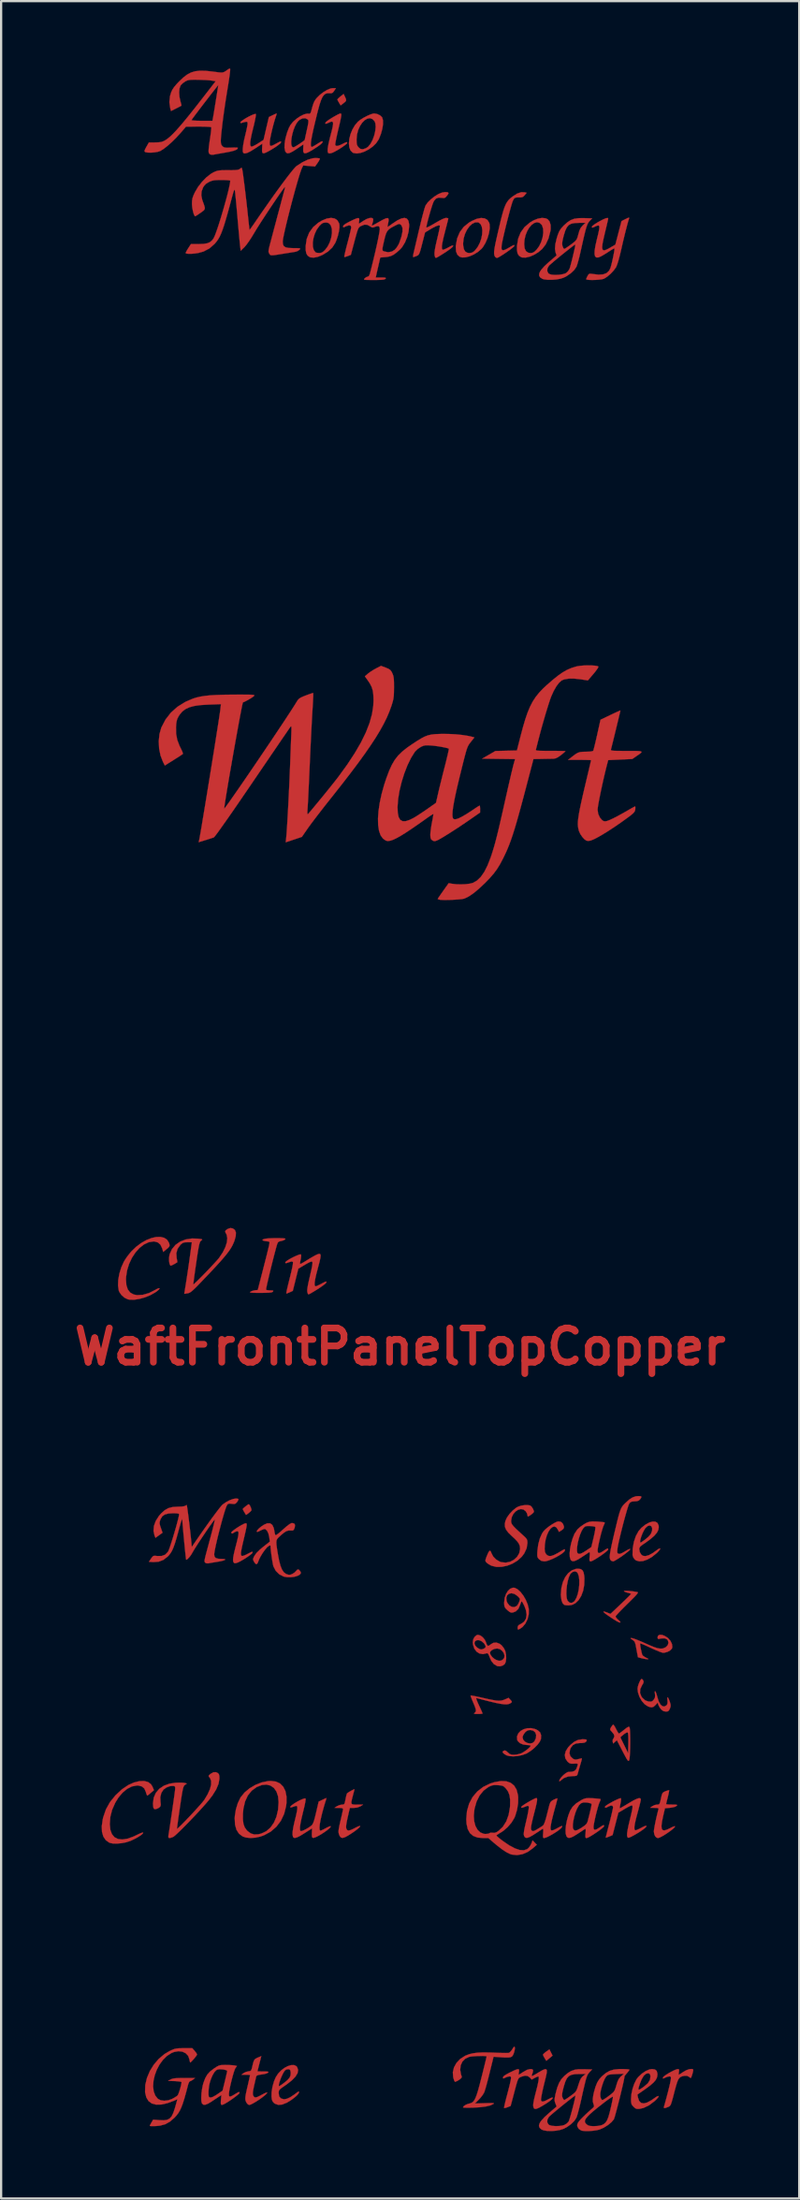
<source format=kicad_pcb>
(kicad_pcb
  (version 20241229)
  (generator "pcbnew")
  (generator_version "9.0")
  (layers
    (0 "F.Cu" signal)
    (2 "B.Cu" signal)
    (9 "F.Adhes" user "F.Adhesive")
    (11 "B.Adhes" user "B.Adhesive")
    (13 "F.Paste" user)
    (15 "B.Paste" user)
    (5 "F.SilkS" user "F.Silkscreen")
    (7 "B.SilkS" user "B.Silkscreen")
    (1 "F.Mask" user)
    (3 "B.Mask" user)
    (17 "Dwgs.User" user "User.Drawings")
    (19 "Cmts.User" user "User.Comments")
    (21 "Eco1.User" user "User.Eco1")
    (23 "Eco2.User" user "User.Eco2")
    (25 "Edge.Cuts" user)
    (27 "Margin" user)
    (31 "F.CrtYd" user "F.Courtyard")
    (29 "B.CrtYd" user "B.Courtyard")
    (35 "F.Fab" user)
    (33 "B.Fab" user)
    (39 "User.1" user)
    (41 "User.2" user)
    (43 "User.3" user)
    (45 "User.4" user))
  (footprint "WaftFrontPanelTopCopper"
    (layer "F.Cu")
    (at 14.776 56.908)
    (property "Reference" "WaftFrontPanelTopCopper" (at 0 0 0) (layer "F.Cu") (effects (font (size 1.524 1.524) (thickness 0.3))))
    (attr through_hole)
    (fp_poly (pts (xy 6.718 31.423) (xy 6.788 31.561) (xy 6.649 31.678) (xy 6.51 31.795) (xy 6.435 31.673) (xy 6.386 31.587) (xy 6.361 31.527) (xy 6.36 31.519) (xy 6.388 31.481) (xy 6.457 31.42) (xy 6.504 31.385) (xy 6.647 31.284) (xy 6.718 31.423)) (stroke (width 0.01) (type solid)) (fill yes) (layer "F.Cu"))
    (fp_poly (pts (xy -2.459 -55.648) (xy -2.414 -55.546) (xy -2.408 -55.481) (xy -2.447 -55.426) (xy -2.525 -55.363) (xy -2.652 -55.266) (xy -2.725 -55.386) (xy -2.772 -55.469) (xy -2.797 -55.524) (xy -2.798 -55.53) (xy -2.772 -55.565) (xy -2.706 -55.626) (xy -2.659 -55.665) (xy -2.519 -55.775) (xy -2.459 -55.648)) (stroke (width 0.01) (type solid)) (fill yes) (layer "F.Cu"))
    (fp_poly (pts (xy -6.711 7.043) (xy -6.671 7.115) (xy -6.638 7.2) (xy -6.624 7.268) (xy -6.626 7.284) (xy -6.666 7.335) (xy -6.741 7.4) (xy -6.755 7.41) (xy -6.866 7.49) (xy -6.94 7.369) (xy -6.987 7.287) (xy -7.012 7.232) (xy -7.013 7.226) (xy -6.987 7.193) (xy -6.924 7.138) (xy -6.847 7.077) (xy -6.779 7.029) (xy -6.744 7.013) (xy -6.711 7.043)) (stroke (width 0.01) (type solid)) (fill yes) (layer "F.Cu"))
    (fp_poly (pts (xy 10.202 10.873) (xy 10.35 10.889) (xy 10.507 10.913) (xy 10.565 10.923) (xy 10.586 10.934) (xy 10.585 10.96) (xy 10.555 11.006) (xy 10.491 11.08) (xy 10.389 11.186) (xy 10.242 11.332) (xy 10.12 11.452) (xy 9.96 11.61) (xy 9.819 11.753) (xy 9.706 11.872) (xy 9.629 11.96) (xy 9.594 12.007) (xy 9.593 12.011) (xy 9.619 12.063) (xy 9.683 12.132) (xy 9.702 12.149) (xy 9.772 12.213) (xy 9.809 12.256) (xy 9.811 12.262) (xy 9.794 12.281) (xy 9.739 12.266) (xy 9.641 12.216) (xy 9.495 12.126) (xy 9.339 12.023) (xy 9.18 11.913) (xy 9.084 11.837) (xy 9.052 11.796) (xy 9.083 11.79) (xy 9.177 11.819) (xy 9.253 11.849) (xy 9.367 11.895) (xy 9.825 11.462) (xy 9.975 11.319) (xy 10.104 11.194) (xy 10.204 11.094) (xy 10.266 11.029) (xy 10.284 11.006) (xy 10.252 10.986) (xy 10.172 10.961) (xy 10.132 10.952) (xy 10.036 10.924) (xy 9.976 10.892) (xy 9.968 10.882) (xy 9.995 10.869) (xy 10.078 10.866) (xy 10.202 10.873)) (stroke (width 0.01) (type solid)) (fill yes) (layer "F.Cu"))
    (fp_poly (pts (xy 6.473 -50.241) (xy 6.568 -50.199) (xy 6.655 -50.096) (xy 6.701 -49.944) (xy 6.704 -49.756) (xy 6.692 -49.673) (xy 6.607 -49.345) (xy 6.484 -49.078) (xy 6.326 -48.874) (xy 6.157 -48.731) (xy 5.968 -48.616) (xy 5.776 -48.533) (xy 5.596 -48.491) (xy 5.442 -48.493) (xy 5.389 -48.509) (xy 5.291 -48.574) (xy 5.23 -48.673) (xy 5.203 -48.819) (xy 5.203 -49.011) (xy 5.216 -49.09) (xy 5.523 -49.09) (xy 5.543 -48.903) (xy 5.604 -48.776) (xy 5.706 -48.707) (xy 5.804 -48.692) (xy 5.898 -48.705) (xy 5.981 -48.751) (xy 6.071 -48.836) (xy 6.189 -48.994) (xy 6.281 -49.183) (xy 6.344 -49.387) (xy 6.374 -49.589) (xy 6.368 -49.772) (xy 6.322 -49.919) (xy 6.301 -49.952) (xy 6.203 -50.04) (xy 6.092 -50.064) (xy 5.976 -50.032) (xy 5.861 -49.952) (xy 5.753 -49.83) (xy 5.659 -49.673) (xy 5.585 -49.488) (xy 5.538 -49.284) (xy 5.523 -49.09) (xy 5.216 -49.09) (xy 5.254 -49.329) (xy 5.366 -49.607) (xy 5.539 -49.847) (xy 5.773 -50.046) (xy 5.936 -50.144) (xy 6.129 -50.222) (xy 6.313 -50.255) (xy 6.473 -50.241)) (stroke (width 0.01) (type solid)) (fill yes) (layer "F.Cu"))
    (fp_poly (pts (xy 8.034 9.898) (xy 8.117 9.949) (xy 8.169 10.045) (xy 8.198 10.197) (xy 8.207 10.318) (xy 8.198 10.604) (xy 8.15 10.865) (xy 8.065 11.093) (xy 7.95 11.279) (xy 7.809 11.417) (xy 7.646 11.498) (xy 7.507 11.516) (xy 7.402 11.51) (xy 7.324 11.498) (xy 7.312 11.495) (xy 7.242 11.43) (xy 7.191 11.305) (xy 7.163 11.133) (xy 7.159 11.028) (xy 7.402 11.028) (xy 7.418 11.192) (xy 7.455 11.306) (xy 7.46 11.313) (xy 7.545 11.393) (xy 7.644 11.405) (xy 7.742 11.349) (xy 7.774 11.314) (xy 7.852 11.179) (xy 7.913 11.004) (xy 7.955 10.806) (xy 7.978 10.599) (xy 7.98 10.401) (xy 7.959 10.228) (xy 7.916 10.094) (xy 7.867 10.029) (xy 7.782 10.001) (xy 7.683 10.026) (xy 7.595 10.098) (xy 7.58 10.119) (xy 7.516 10.253) (xy 7.465 10.429) (xy 7.427 10.629) (xy 7.406 10.835) (xy 7.402 11.028) (xy 7.159 11.028) (xy 7.159 11.016) (xy 7.182 10.735) (xy 7.247 10.481) (xy 7.349 10.261) (xy 7.482 10.085) (xy 7.641 9.959) (xy 7.821 9.892) (xy 7.914 9.884) (xy 8.034 9.898)) (stroke (width 0.01) (type solid)) (fill yes) (layer "F.Cu"))
    (fp_poly (pts (xy 3.177 15.53) (xy 3.273 15.547) (xy 3.413 15.575) (xy 3.584 15.612) (xy 3.632 15.623) (xy 3.9 15.684) (xy 4.109 15.726) (xy 4.27 15.752) (xy 4.395 15.761) (xy 4.496 15.755) (xy 4.583 15.735) (xy 4.66 15.706) (xy 4.827 15.632) (xy 4.912 15.722) (xy 4.966 15.785) (xy 4.973 15.822) (xy 4.935 15.858) (xy 4.926 15.864) (xy 4.853 15.902) (xy 4.758 15.921) (xy 4.631 15.92) (xy 4.463 15.897) (xy 4.245 15.854) (xy 3.968 15.788) (xy 3.948 15.783) (xy 3.764 15.736) (xy 3.602 15.694) (xy 3.478 15.661) (xy 3.405 15.641) (xy 3.395 15.637) (xy 3.387 15.659) (xy 3.409 15.735) (xy 3.459 15.857) (xy 3.507 15.962) (xy 3.574 16.106) (xy 3.628 16.225) (xy 3.662 16.305) (xy 3.67 16.329) (xy 3.637 16.341) (xy 3.552 16.349) (xy 3.461 16.351) (xy 3.347 16.348) (xy 3.295 16.339) (xy 3.294 16.321) (xy 3.316 16.301) (xy 3.358 16.258) (xy 3.374 16.202) (xy 3.362 16.12) (xy 3.32 15.999) (xy 3.251 15.835) (xy 3.195 15.703) (xy 3.155 15.599) (xy 3.137 15.537) (xy 3.138 15.528) (xy 3.177 15.53)) (stroke (width 0.01) (type solid)) (fill yes) (layer "F.Cu"))
    (fp_poly (pts (xy 3.764 -50.236) (xy 3.886 -50.166) (xy 3.964 -50.044) (xy 3.983 -49.974) (xy 3.99 -49.793) (xy 3.956 -49.579) (xy 3.89 -49.354) (xy 3.797 -49.138) (xy 3.686 -48.955) (xy 3.623 -48.88) (xy 3.465 -48.743) (xy 3.283 -48.631) (xy 3.095 -48.548) (xy 2.913 -48.501) (xy 2.755 -48.495) (xy 2.649 -48.527) (xy 2.546 -48.621) (xy 2.489 -48.764) (xy 2.476 -48.962) (xy 2.48 -49.03) (xy 2.499 -49.131) (xy 2.803 -49.131) (xy 2.806 -49.033) (xy 2.837 -48.864) (xy 2.901 -48.755) (xy 3.003 -48.701) (xy 3.087 -48.692) (xy 3.196 -48.709) (xy 3.291 -48.769) (xy 3.334 -48.811) (xy 3.453 -48.963) (xy 3.546 -49.141) (xy 3.613 -49.332) (xy 3.651 -49.523) (xy 3.66 -49.703) (xy 3.637 -49.859) (xy 3.583 -49.979) (xy 3.495 -50.05) (xy 3.469 -50.059) (xy 3.337 -50.057) (xy 3.206 -49.993) (xy 3.083 -49.879) (xy 2.973 -49.725) (xy 2.886 -49.542) (xy 2.827 -49.34) (xy 2.803 -49.131) (xy 2.499 -49.131) (xy 2.538 -49.348) (xy 2.656 -49.624) (xy 2.832 -49.858) (xy 3.069 -50.05) (xy 3.192 -50.122) (xy 3.411 -50.215) (xy 3.604 -50.253) (xy 3.764 -50.236)) (stroke (width 0.01) (type solid)) (fill yes) (layer "F.Cu"))
    (fp_poly (pts (xy -2.638 -54.901) (xy -2.625 -54.879) (xy -2.622 -54.831) (xy -2.633 -54.75) (xy -2.658 -54.626) (xy -2.697 -54.45) (xy -2.753 -54.214) (xy -2.764 -54.169) (xy -2.811 -53.965) (xy -2.85 -53.784) (xy -2.878 -53.638) (xy -2.892 -53.54) (xy -2.893 -53.504) (xy -2.855 -53.462) (xy -2.783 -53.461) (xy -2.667 -53.502) (xy -2.58 -53.543) (xy -2.464 -53.601) (xy -2.399 -53.627) (xy -2.37 -53.626) (xy -2.362 -53.599) (xy -2.362 -53.588) (xy -2.391 -53.552) (xy -2.47 -53.488) (xy -2.586 -53.406) (xy -2.697 -53.334) (xy -2.889 -53.221) (xy -3.031 -53.153) (xy -3.132 -53.127) (xy -3.197 -53.14) (xy -3.21 -53.15) (xy -3.232 -53.22) (xy -3.226 -53.357) (xy -3.191 -53.56) (xy -3.127 -53.83) (xy -3.107 -53.907) (xy -3.044 -54.147) (xy -3.004 -54.325) (xy -2.987 -54.446) (xy -2.995 -54.517) (xy -3.029 -54.545) (xy -3.09 -54.537) (xy -3.179 -54.498) (xy -3.203 -54.486) (xy -3.293 -54.45) (xy -3.336 -54.456) (xy -3.324 -54.501) (xy -3.305 -54.527) (xy -3.25 -54.573) (xy -3.153 -54.64) (xy -3.032 -54.716) (xy -2.903 -54.791) (xy -2.786 -54.855) (xy -2.698 -54.896) (xy -2.662 -54.906) (xy -2.638 -54.901)) (stroke (width 0.01) (type solid)) (fill yes) (layer "F.Cu"))
    (fp_poly (pts (xy 7.158 7.795) (xy 7.231 7.859) (xy 7.262 7.91) (xy 7.3 8.02) (xy 7.276 8.103) (xy 7.189 8.174) (xy 7.074 8.244) (xy 7.016 8.128) (xy 6.945 8.034) (xy 6.863 8.004) (xy 6.775 8.032) (xy 6.687 8.112) (xy 6.605 8.236) (xy 6.533 8.399) (xy 6.477 8.594) (xy 6.443 8.815) (xy 6.434 9.005) (xy 6.451 9.14) (xy 6.497 9.233) (xy 6.558 9.287) (xy 6.637 9.319) (xy 6.732 9.315) (xy 6.855 9.272) (xy 7.018 9.188) (xy 7.103 9.138) (xy 7.223 9.066) (xy 7.294 9.028) (xy 7.328 9.019) (xy 7.339 9.035) (xy 7.34 9.064) (xy 7.308 9.123) (xy 7.223 9.198) (xy 7.098 9.282) (xy 6.949 9.366) (xy 6.79 9.444) (xy 6.636 9.507) (xy 6.502 9.547) (xy 6.421 9.557) (xy 6.288 9.533) (xy 6.189 9.463) (xy 6.143 9.412) (xy 6.116 9.361) (xy 6.106 9.291) (xy 6.108 9.181) (xy 6.115 9.072) (xy 6.152 8.795) (xy 6.221 8.538) (xy 6.316 8.322) (xy 6.38 8.224) (xy 6.465 8.134) (xy 6.585 8.034) (xy 6.721 7.937) (xy 6.857 7.854) (xy 6.973 7.796) (xy 7.049 7.777) (xy 7.158 7.795)) (stroke (width 0.01) (type solid)) (fill yes) (layer "F.Cu"))
    (fp_poly (pts (xy -6.85 7.867) (xy -6.838 7.898) (xy -6.839 7.96) (xy -6.855 8.061) (xy -6.886 8.211) (xy -6.933 8.417) (xy -6.979 8.614) (xy -7.038 8.869) (xy -7.077 9.06) (xy -7.095 9.193) (xy -7.089 9.276) (xy -7.059 9.314) (xy -7.001 9.313) (xy -6.915 9.282) (xy -6.811 9.231) (xy -6.69 9.17) (xy -6.62 9.136) (xy -6.587 9.128) (xy -6.577 9.14) (xy -6.577 9.169) (xy -6.606 9.208) (xy -6.684 9.273) (xy -6.796 9.353) (xy -6.926 9.438) (xy -7.06 9.518) (xy -7.183 9.584) (xy -7.24 9.61) (xy -7.336 9.64) (xy -7.394 9.632) (xy -7.407 9.62) (xy -7.436 9.571) (xy -7.446 9.493) (xy -7.436 9.377) (xy -7.405 9.214) (xy -7.353 8.995) (xy -7.322 8.876) (xy -7.262 8.64) (xy -7.222 8.466) (xy -7.202 8.345) (xy -7.2 8.268) (xy -7.217 8.227) (xy -7.252 8.214) (xy -7.258 8.213) (xy -7.337 8.236) (xy -7.393 8.268) (xy -7.474 8.316) (xy -7.515 8.305) (xy -7.522 8.269) (xy -7.493 8.23) (xy -7.416 8.166) (xy -7.308 8.089) (xy -7.185 8.009) (xy -7.063 7.938) (xy -6.959 7.886) (xy -6.913 7.868) (xy -6.876 7.86) (xy -6.85 7.867)) (stroke (width 0.01) (type solid)) (fill yes) (layer "F.Cu"))
    (fp_poly (pts (xy -2.92 -50.231) (xy -2.8 -50.152) (xy -2.723 -50.021) (xy -2.707 -49.958) (xy -2.704 -49.83) (xy -2.728 -49.659) (xy -2.774 -49.466) (xy -2.837 -49.273) (xy -2.891 -49.145) (xy -3.024 -48.938) (xy -3.215 -48.759) (xy -3.467 -48.605) (xy -3.665 -48.524) (xy -3.846 -48.488) (xy -3.993 -48.499) (xy -4.022 -48.509) (xy -4.119 -48.573) (xy -4.18 -48.672) (xy -4.208 -48.817) (xy -4.209 -49.01) (xy -4.188 -49.155) (xy -3.893 -49.155) (xy -3.889 -48.977) (xy -3.851 -48.831) (xy -3.777 -48.73) (xy -3.765 -48.72) (xy -3.703 -48.702) (xy -3.607 -48.693) (xy -3.601 -48.693) (xy -3.508 -48.707) (xy -3.421 -48.759) (xy -3.344 -48.833) (xy -3.226 -48.99) (xy -3.133 -49.179) (xy -3.07 -49.382) (xy -3.039 -49.584) (xy -3.043 -49.766) (xy -3.087 -49.913) (xy -3.112 -49.952) (xy -3.182 -50.024) (xy -3.267 -50.049) (xy -3.329 -50.05) (xy -3.424 -50.037) (xy -3.503 -49.994) (xy -3.592 -49.906) (xy -3.604 -49.893) (xy -3.718 -49.733) (xy -3.805 -49.547) (xy -3.864 -49.35) (xy -3.893 -49.155) (xy -4.188 -49.155) (xy -4.162 -49.325) (xy -4.052 -49.603) (xy -3.88 -49.842) (xy -3.648 -50.042) (xy -3.48 -50.142) (xy -3.267 -50.228) (xy -3.078 -50.257) (xy -2.92 -50.231)) (stroke (width 0.01) (type solid)) (fill yes) (layer "F.Cu"))
    (fp_poly (pts (xy -1.025 -54.883) (xy -0.9 -54.824) (xy -0.812 -54.744) (xy -0.801 -54.726) (xy -0.766 -54.6) (xy -0.765 -54.426) (xy -0.796 -54.223) (xy -0.855 -54.006) (xy -0.94 -53.791) (xy -0.966 -53.738) (xy -1.073 -53.58) (xy -1.22 -53.436) (xy -1.394 -53.311) (xy -1.581 -53.213) (xy -1.768 -53.149) (xy -1.939 -53.125) (xy -2.083 -53.148) (xy -2.117 -53.165) (xy -2.212 -53.26) (xy -2.267 -53.402) (xy -2.284 -53.578) (xy -2.267 -53.755) (xy -1.943 -53.755) (xy -1.94 -53.613) (xy -1.927 -53.52) (xy -1.898 -53.454) (xy -1.853 -53.398) (xy -1.775 -53.332) (xy -1.692 -53.315) (xy -1.639 -53.321) (xy -1.524 -53.36) (xy -1.429 -53.423) (xy -1.322 -53.555) (xy -1.23 -53.726) (xy -1.158 -53.921) (xy -1.111 -54.12) (xy -1.091 -54.308) (xy -1.104 -54.467) (xy -1.142 -54.562) (xy -1.238 -54.66) (xy -1.348 -54.696) (xy -1.465 -54.675) (xy -1.582 -54.606) (xy -1.694 -54.493) (xy -1.792 -54.345) (xy -1.871 -54.168) (xy -1.924 -53.968) (xy -1.943 -53.755) (xy -2.267 -53.755) (xy -2.265 -53.777) (xy -2.212 -53.985) (xy -2.128 -54.192) (xy -2.015 -54.383) (xy -1.883 -54.538) (xy -1.776 -54.624) (xy -1.634 -54.713) (xy -1.477 -54.796) (xy -1.327 -54.862) (xy -1.203 -54.901) (xy -1.156 -54.906) (xy -1.025 -54.883)) (stroke (width 0.01) (type solid)) (fill yes) (layer "F.Cu"))
    (fp_poly (pts (xy -11.231 19.381) (xy -11.1 19.479) (xy -11.029 19.596) (xy -10.969 19.745) (xy -11.108 19.864) (xy -11.191 19.933) (xy -11.25 19.976) (xy -11.266 19.984) (xy -11.286 19.954) (xy -11.315 19.874) (xy -11.329 19.823) (xy -11.396 19.672) (xy -11.504 19.578) (xy -11.658 19.538) (xy -11.739 19.537) (xy -11.952 19.578) (xy -12.164 19.686) (xy -12.366 19.853) (xy -12.551 20.073) (xy -12.692 20.302) (xy -12.833 20.622) (xy -12.912 20.936) (xy -12.936 21.256) (xy -12.911 21.505) (xy -12.841 21.699) (xy -12.727 21.837) (xy -12.571 21.917) (xy -12.376 21.939) (xy -12.143 21.903) (xy -11.875 21.806) (xy -11.764 21.753) (xy -11.611 21.68) (xy -11.504 21.639) (xy -11.451 21.632) (xy -11.446 21.64) (xy -11.478 21.688) (xy -11.562 21.757) (xy -11.687 21.836) (xy -11.837 21.918) (xy -12 21.994) (xy -12.032 22.007) (xy -12.215 22.066) (xy -12.419 22.104) (xy -12.622 22.122) (xy -12.803 22.117) (xy -12.94 22.087) (xy -12.954 22.081) (xy -13.113 21.97) (xy -13.223 21.807) (xy -13.283 21.597) (xy -13.292 21.342) (xy -13.25 21.046) (xy -13.228 20.952) (xy -13.106 20.596) (xy -12.928 20.276) (xy -12.688 19.979) (xy -12.4 19.71) (xy -12.108 19.513) (xy -11.858 19.402) (xy -11.616 19.342) (xy -11.405 19.335) (xy -11.231 19.381)) (stroke (width 0.01) (type solid)) (fill yes) (layer "F.Cu"))
    (fp_poly (pts (xy -10.513 -4.849) (xy -10.384 -4.763) (xy -10.299 -4.629) (xy -10.286 -4.588) (xy -10.271 -4.516) (xy -10.284 -4.462) (xy -10.336 -4.403) (xy -10.404 -4.345) (xy -10.555 -4.22) (xy -10.601 -4.379) (xy -10.678 -4.541) (xy -10.796 -4.644) (xy -10.953 -4.686) (xy -10.988 -4.687) (xy -11.202 -4.652) (xy -11.412 -4.553) (xy -11.61 -4.398) (xy -11.791 -4.198) (xy -11.948 -3.96) (xy -12.074 -3.693) (xy -12.163 -3.406) (xy -12.21 -3.108) (xy -12.215 -2.998) (xy -12.197 -2.746) (xy -12.134 -2.55) (xy -12.026 -2.411) (xy -11.873 -2.326) (xy -11.724 -2.297) (xy -11.463 -2.311) (xy -11.186 -2.391) (xy -10.929 -2.521) (xy -10.805 -2.587) (xy -10.735 -2.608) (xy -10.718 -2.59) (xy -10.755 -2.539) (xy -10.847 -2.462) (xy -10.915 -2.415) (xy -11.129 -2.295) (xy -11.366 -2.198) (xy -11.61 -2.13) (xy -11.842 -2.093) (xy -12.043 -2.094) (xy -12.137 -2.112) (xy -12.284 -2.185) (xy -12.417 -2.302) (xy -12.512 -2.441) (xy -12.537 -2.506) (xy -12.568 -2.723) (xy -12.558 -2.979) (xy -12.509 -3.253) (xy -12.425 -3.527) (xy -12.31 -3.783) (xy -12.299 -3.802) (xy -12.206 -3.949) (xy -12.086 -4.111) (xy -11.969 -4.25) (xy -11.756 -4.453) (xy -11.531 -4.62) (xy -11.303 -4.749) (xy -11.08 -4.837) (xy -10.868 -4.885) (xy -10.677 -4.889) (xy -10.513 -4.849)) (stroke (width 0.01) (type solid)) (fill yes) (layer "F.Cu"))
    (fp_poly (pts (xy 5.533 -51.397) (xy 5.633 -51.375) (xy 5.551 -51.27) (xy 5.473 -51.194) (xy 5.381 -51.169) (xy 5.342 -51.169) (xy 5.207 -51.17) (xy 5.123 -51.155) (xy 5.07 -51.113) (xy 5.026 -51.033) (xy 5.015 -51.009) (xy 4.985 -50.923) (xy 4.941 -50.779) (xy 4.889 -50.59) (xy 4.83 -50.369) (xy 4.768 -50.129) (xy 4.706 -49.882) (xy 4.648 -49.642) (xy 4.597 -49.422) (xy 4.556 -49.234) (xy 4.528 -49.091) (xy 4.519 -49.029) (xy 4.512 -48.903) (xy 4.535 -48.831) (xy 4.593 -48.814) (xy 4.693 -48.847) (xy 4.836 -48.925) (xy 4.96 -48.998) (xy 5.035 -49.038) (xy 5.072 -49.05) (xy 5.085 -49.037) (xy 5.086 -49.01) (xy 5.057 -48.973) (xy 4.98 -48.907) (xy 4.87 -48.823) (xy 4.74 -48.731) (xy 4.606 -48.64) (xy 4.481 -48.561) (xy 4.38 -48.502) (xy 4.317 -48.475) (xy 4.31 -48.474) (xy 4.249 -48.503) (xy 4.216 -48.545) (xy 4.194 -48.601) (xy 4.184 -48.672) (xy 4.186 -48.768) (xy 4.203 -48.898) (xy 4.235 -49.073) (xy 4.284 -49.301) (xy 4.326 -49.486) (xy 4.41 -49.849) (xy 4.481 -50.149) (xy 4.544 -50.393) (xy 4.6 -50.59) (xy 4.654 -50.746) (xy 4.707 -50.869) (xy 4.764 -50.967) (xy 4.826 -51.048) (xy 4.898 -51.12) (xy 4.982 -51.189) (xy 5.011 -51.212) (xy 5.213 -51.34) (xy 5.393 -51.4) (xy 5.533 -51.397)) (stroke (width 0.01) (type solid)) (fill yes) (layer "F.Cu"))
    (fp_poly (pts (xy -5.534 19.361) (xy -5.349 19.449) (xy -5.208 19.591) (xy -5.112 19.784) (xy -5.064 20.025) (xy -5.065 20.311) (xy -5.083 20.457) (xy -5.17 20.802) (xy -5.316 21.108) (xy -5.516 21.372) (xy -5.766 21.588) (xy -6.061 21.749) (xy -6.217 21.806) (xy -6.444 21.857) (xy -6.669 21.872) (xy -6.871 21.852) (xy -7.019 21.802) (xy -7.181 21.679) (xy -7.293 21.505) (xy -7.356 21.281) (xy -7.368 21.047) (xy -7.006 21.047) (xy -6.981 21.244) (xy -6.925 21.399) (xy -6.834 21.527) (xy -6.8 21.562) (xy -6.655 21.669) (xy -6.499 21.716) (xy -6.316 21.707) (xy -6.191 21.676) (xy -5.969 21.573) (xy -5.78 21.41) (xy -5.626 21.193) (xy -5.512 20.927) (xy -5.44 20.62) (xy -5.415 20.277) (xy -5.415 20.274) (xy -5.44 20.015) (xy -5.512 19.803) (xy -5.626 19.643) (xy -5.776 19.539) (xy -5.955 19.495) (xy -6.159 19.514) (xy -6.382 19.6) (xy -6.395 19.607) (xy -6.615 19.767) (xy -6.787 19.981) (xy -6.91 20.248) (xy -6.984 20.567) (xy -7.005 20.796) (xy -7.006 21.047) (xy -7.368 21.047) (xy -7.371 21.003) (xy -7.365 20.896) (xy -7.319 20.605) (xy -7.233 20.321) (xy -7.114 20.075) (xy -7.103 20.058) (xy -6.933 19.848) (xy -6.708 19.661) (xy -6.448 19.508) (xy -6.168 19.397) (xy -5.887 19.339) (xy -5.761 19.332) (xy -5.534 19.361)) (stroke (width 0.01) (type solid)) (fill yes) (layer "F.Cu"))
    (fp_poly (pts (xy 8.255 17.483) (xy 8.309 17.502) (xy 8.308 17.541) (xy 8.275 17.59) (xy 8.215 17.627) (xy 8.104 17.643) (xy 8.024 17.644) (xy 7.834 17.665) (xy 7.695 17.734) (xy 7.599 17.856) (xy 7.566 17.939) (xy 7.541 18.101) (xy 7.583 18.234) (xy 7.687 18.337) (xy 7.763 18.375) (xy 7.843 18.38) (xy 7.934 18.36) (xy 8.028 18.337) (xy 8.087 18.328) (xy 8.094 18.33) (xy 8.09 18.366) (xy 8.068 18.454) (xy 8.034 18.572) (xy 7.989 18.722) (xy 7.947 18.87) (xy 7.923 18.959) (xy 7.895 19.052) (xy 7.861 19.098) (xy 7.795 19.112) (xy 7.711 19.114) (xy 7.477 19.136) (xy 7.294 19.204) (xy 7.189 19.283) (xy 7.12 19.341) (xy 7.089 19.343) (xy 7.086 19.325) (xy 7.113 19.254) (xy 7.183 19.162) (xy 7.277 19.066) (xy 7.377 18.986) (xy 7.463 18.938) (xy 7.493 18.932) (xy 7.658 18.922) (xy 7.769 18.884) (xy 7.842 18.806) (xy 7.893 18.676) (xy 7.905 18.631) (xy 7.911 18.584) (xy 7.89 18.562) (xy 7.823 18.558) (xy 7.742 18.563) (xy 7.625 18.565) (xy 7.548 18.545) (xy 7.476 18.492) (xy 7.45 18.466) (xy 7.358 18.329) (xy 7.334 18.174) (xy 7.375 18.007) (xy 7.482 17.836) (xy 7.582 17.728) (xy 7.753 17.589) (xy 7.918 17.509) (xy 8.097 17.479) (xy 8.138 17.478) (xy 8.255 17.483)) (stroke (width 0.01) (type solid)) (fill yes) (layer "F.Cu"))
    (fp_poly (pts (xy 11.35 32.179) (xy 11.427 32.243) (xy 11.458 32.359) (xy 11.459 32.417) (xy 11.44 32.531) (xy 11.385 32.643) (xy 11.285 32.76) (xy 11.135 32.891) (xy 10.927 33.045) (xy 10.915 33.053) (xy 10.568 33.295) (xy 10.592 33.426) (xy 10.644 33.578) (xy 10.73 33.665) (xy 10.851 33.689) (xy 11.006 33.649) (xy 11.194 33.546) (xy 11.301 33.471) (xy 11.421 33.389) (xy 11.493 33.358) (xy 11.515 33.373) (xy 11.485 33.429) (xy 11.403 33.521) (xy 11.336 33.584) (xy 11.086 33.773) (xy 10.842 33.89) (xy 10.664 33.931) (xy 10.554 33.935) (xy 10.479 33.91) (xy 10.398 33.842) (xy 10.394 33.838) (xy 10.333 33.77) (xy 10.3 33.703) (xy 10.286 33.613) (xy 10.284 33.49) (xy 10.302 33.268) (xy 10.35 33.046) (xy 10.61 33.046) (xy 10.625 33.081) (xy 10.682 33.062) (xy 10.789 32.992) (xy 10.875 32.93) (xy 11.037 32.787) (xy 11.128 32.639) (xy 11.149 32.483) (xy 11.149 32.474) (xy 11.129 32.39) (xy 11.079 32.354) (xy 11.041 32.347) (xy 10.944 32.372) (xy 10.847 32.463) (xy 10.755 32.617) (xy 10.683 32.795) (xy 10.631 32.952) (xy 10.61 33.046) (xy 10.35 33.046) (xy 10.353 33.035) (xy 10.428 32.813) (xy 10.521 32.625) (xy 10.597 32.522) (xy 10.763 32.366) (xy 10.938 32.247) (xy 11.107 32.176) (xy 11.218 32.159) (xy 11.35 32.179)) (stroke (width 0.01) (type solid)) (fill yes) (layer "F.Cu"))
    (fp_poly (pts (xy -5.349 -4.832) (xy -5.221 -4.828) (xy -5.146 -4.82) (xy -5.115 -4.807) (xy -5.117 -4.787) (xy -5.121 -4.781) (xy -5.183 -4.742) (xy -5.282 -4.71) (xy -5.306 -4.706) (xy -5.389 -4.686) (xy -5.44 -4.652) (xy -5.475 -4.581) (xy -5.502 -4.494) (xy -5.546 -4.336) (xy -5.597 -4.142) (xy -5.654 -3.923) (xy -5.713 -3.689) (xy -5.772 -3.451) (xy -5.828 -3.22) (xy -5.878 -3.006) (xy -5.921 -2.82) (xy -5.953 -2.673) (xy -5.971 -2.576) (xy -5.975 -2.539) (xy -5.93 -2.52) (xy -5.838 -2.509) (xy -5.789 -2.507) (xy -5.691 -2.504) (xy -5.652 -2.491) (xy -5.661 -2.463) (xy -5.669 -2.453) (xy -5.701 -2.43) (xy -5.763 -2.415) (xy -5.864 -2.405) (xy -6.016 -2.4) (xy -6.226 -2.398) (xy -6.427 -2.399) (xy -6.565 -2.402) (xy -6.647 -2.408) (xy -6.684 -2.418) (xy -6.684 -2.434) (xy -6.665 -2.45) (xy -6.576 -2.49) (xy -6.467 -2.514) (xy -6.343 -2.525) (xy -6.1 -3.47) (xy -6.034 -3.729) (xy -5.972 -3.971) (xy -5.919 -4.185) (xy -5.876 -4.361) (xy -5.846 -4.488) (xy -5.832 -4.551) (xy -5.82 -4.64) (xy -5.835 -4.679) (xy -5.89 -4.689) (xy -5.911 -4.69) (xy -6.015 -4.702) (xy -6.086 -4.721) (xy -6.135 -4.744) (xy -6.122 -4.766) (xy -6.079 -4.791) (xy -6.006 -4.809) (xy -5.872 -4.823) (xy -5.689 -4.831) (xy -5.539 -4.833) (xy -5.349 -4.832)) (stroke (width 0.01) (type solid)) (fill yes) (layer "F.Cu"))
    (fp_poly (pts (xy 11.372 7.791) (xy 11.462 7.848) (xy 11.512 7.956) (xy 11.519 8.033) (xy 11.499 8.156) (xy 11.435 8.281) (xy 11.321 8.414) (xy 11.154 8.561) (xy 10.927 8.727) (xy 10.801 8.811) (xy 10.693 8.897) (xy 10.649 8.975) (xy 10.647 8.996) (xy 10.672 9.142) (xy 10.74 9.257) (xy 10.809 9.308) (xy 10.925 9.323) (xy 11.075 9.282) (xy 11.251 9.187) (xy 11.392 9.085) (xy 11.504 9.006) (xy 11.568 8.977) (xy 11.586 8.995) (xy 11.553 9.053) (xy 11.471 9.146) (xy 11.418 9.196) (xy 11.215 9.359) (xy 11.013 9.474) (xy 10.822 9.541) (xy 10.652 9.555) (xy 10.51 9.516) (xy 10.445 9.468) (xy 10.382 9.376) (xy 10.351 9.279) (xy 10.351 9.277) (xy 10.359 8.979) (xy 10.41 8.692) (xy 10.422 8.656) (xy 10.687 8.656) (xy 10.693 8.713) (xy 10.707 8.721) (xy 10.746 8.701) (xy 10.825 8.647) (xy 10.925 8.575) (xy 11.035 8.482) (xy 11.127 8.387) (xy 11.173 8.322) (xy 11.223 8.184) (xy 11.224 8.071) (xy 11.187 7.993) (xy 11.121 7.959) (xy 11.035 7.978) (xy 10.939 8.058) (xy 10.92 8.081) (xy 10.856 8.182) (xy 10.796 8.305) (xy 10.744 8.436) (xy 10.706 8.558) (xy 10.687 8.656) (xy 10.422 8.656) (xy 10.499 8.429) (xy 10.621 8.207) (xy 10.749 8.059) (xy 10.929 7.918) (xy 11.098 7.826) (xy 11.248 7.784) (xy 11.372 7.791)) (stroke (width 0.01) (type solid)) (fill yes) (layer "F.Cu"))
    (fp_poly (pts (xy 9.522 16.854) (xy 9.571 16.932) (xy 9.619 17.024) (xy 9.675 17.129) (xy 9.72 17.202) (xy 9.743 17.224) (xy 9.781 17.203) (xy 9.86 17.146) (xy 9.962 17.066) (xy 9.975 17.055) (xy 10.087 16.968) (xy 10.158 16.926) (xy 10.199 16.923) (xy 10.214 16.937) (xy 10.227 16.995) (xy 10.237 17.111) (xy 10.243 17.271) (xy 10.246 17.46) (xy 10.246 17.665) (xy 10.243 17.87) (xy 10.236 18.061) (xy 10.227 18.225) (xy 10.215 18.346) (xy 10.201 18.41) (xy 10.201 18.411) (xy 10.181 18.437) (xy 10.159 18.438) (xy 10.128 18.407) (xy 10.082 18.337) (xy 10.017 18.218) (xy 9.925 18.044) (xy 9.904 18.003) (xy 9.651 17.516) (xy 9.571 17.591) (xy 9.491 17.666) (xy 9.466 17.588) (xy 9.47 17.491) (xy 9.502 17.442) (xy 9.527 17.39) (xy 9.811 17.39) (xy 9.826 17.427) (xy 9.867 17.514) (xy 9.928 17.638) (xy 9.984 17.752) (xy 10.156 18.1) (xy 10.167 17.656) (xy 10.168 17.474) (xy 10.164 17.325) (xy 10.154 17.22) (xy 10.142 17.177) (xy 10.091 17.175) (xy 9.999 17.228) (xy 9.959 17.259) (xy 9.875 17.327) (xy 9.822 17.376) (xy 9.811 17.39) (xy 9.527 17.39) (xy 9.543 17.355) (xy 9.518 17.255) (xy 9.425 17.139) (xy 9.366 17.074) (xy 9.353 17.025) (xy 9.384 16.959) (xy 9.398 16.935) (xy 9.449 16.861) (xy 9.488 16.825) (xy 9.492 16.824) (xy 9.522 16.854)) (stroke (width 0.01) (type solid)) (fill yes) (layer "F.Cu"))
    (fp_poly (pts (xy 10.711 6.656) (xy 10.748 6.681) (xy 10.726 6.738) (xy 10.687 6.792) (xy 10.625 6.85) (xy 10.54 6.877) (xy 10.447 6.883) (xy 10.328 6.893) (xy 10.253 6.926) (xy 10.206 6.977) (xy 10.179 7.037) (xy 10.138 7.156) (xy 10.088 7.322) (xy 10.03 7.525) (xy 9.968 7.751) (xy 9.905 7.991) (xy 9.845 8.231) (xy 9.789 8.461) (xy 9.741 8.668) (xy 9.705 8.842) (xy 9.682 8.97) (xy 9.68 8.991) (xy 9.669 9.11) (xy 9.676 9.176) (xy 9.703 9.209) (xy 9.718 9.216) (xy 9.769 9.224) (xy 9.835 9.208) (xy 9.93 9.162) (xy 10.069 9.081) (xy 10.093 9.066) (xy 10.194 9.012) (xy 10.242 9.007) (xy 10.247 9.019) (xy 10.218 9.058) (xy 10.142 9.126) (xy 10.032 9.211) (xy 9.904 9.305) (xy 9.771 9.396) (xy 9.647 9.475) (xy 9.548 9.532) (xy 9.487 9.557) (xy 9.483 9.557) (xy 9.408 9.531) (xy 9.375 9.502) (xy 9.351 9.459) (xy 9.338 9.397) (xy 9.338 9.308) (xy 9.352 9.185) (xy 9.381 9.019) (xy 9.426 8.804) (xy 9.488 8.53) (xy 9.537 8.321) (xy 9.612 8.006) (xy 9.673 7.753) (xy 9.724 7.554) (xy 9.768 7.399) (xy 9.809 7.28) (xy 9.848 7.19) (xy 9.89 7.118) (xy 9.937 7.056) (xy 9.993 6.996) (xy 10.039 6.952) (xy 10.207 6.802) (xy 10.355 6.708) (xy 10.496 6.66) (xy 10.609 6.65) (xy 10.711 6.656)) (stroke (width 0.01) (type solid)) (fill yes) (layer "F.Cu"))
    (fp_poly (pts (xy 10.798 14.818) (xy 10.829 14.862) (xy 10.845 14.922) (xy 10.823 14.993) (xy 10.775 15.07) (xy 10.694 15.243) (xy 10.684 15.412) (xy 10.744 15.571) (xy 10.801 15.646) (xy 10.916 15.745) (xy 11.043 15.791) (xy 11.068 15.795) (xy 11.171 15.801) (xy 11.236 15.778) (xy 11.295 15.716) (xy 11.348 15.625) (xy 11.357 15.524) (xy 11.351 15.475) (xy 11.34 15.374) (xy 11.349 15.335) (xy 11.371 15.353) (xy 11.403 15.423) (xy 11.44 15.539) (xy 11.455 15.598) (xy 11.516 15.788) (xy 11.592 15.925) (xy 11.679 16.003) (xy 11.771 16.019) (xy 11.863 15.966) (xy 11.866 15.964) (xy 11.905 15.9) (xy 11.912 15.806) (xy 11.905 15.744) (xy 11.898 15.643) (xy 11.911 15.609) (xy 11.94 15.638) (xy 11.982 15.73) (xy 12.009 15.804) (xy 12.042 15.918) (xy 12.048 15.997) (xy 12.028 16.076) (xy 12.013 16.112) (xy 11.968 16.199) (xy 11.913 16.236) (xy 11.833 16.243) (xy 11.726 16.224) (xy 11.637 16.158) (xy 11.613 16.131) (xy 11.546 16.036) (xy 11.501 15.945) (xy 11.497 15.932) (xy 11.475 15.844) (xy 11.373 15.953) (xy 11.286 16.031) (xy 11.202 16.057) (xy 11.096 16.036) (xy 11.034 16.011) (xy 10.891 15.917) (xy 10.762 15.769) (xy 10.659 15.588) (xy 10.593 15.391) (xy 10.574 15.23) (xy 10.587 15.136) (xy 10.621 15.023) (xy 10.666 14.913) (xy 10.713 14.828) (xy 10.754 14.79) (xy 10.758 14.789) (xy 10.798 14.818)) (stroke (width 0.01) (type solid)) (fill yes) (layer "F.Cu"))
    (fp_poly (pts (xy 13.054 32.18) (xy 13.054 32.22) (xy 13.036 32.304) (xy 13.009 32.404) (xy 12.978 32.495) (xy 12.952 32.552) (xy 12.949 32.555) (xy 12.917 32.545) (xy 12.865 32.505) (xy 12.777 32.459) (xy 12.667 32.46) (xy 12.571 32.479) (xy 12.496 32.508) (xy 12.435 32.557) (xy 12.384 32.634) (xy 12.336 32.751) (xy 12.285 32.917) (xy 12.224 33.142) (xy 12.21 33.197) (xy 12.153 33.415) (xy 12.109 33.574) (xy 12.075 33.683) (xy 12.045 33.755) (xy 12.015 33.799) (xy 11.98 33.826) (xy 11.935 33.847) (xy 11.927 33.85) (xy 11.816 33.892) (xy 11.759 33.898) (xy 11.745 33.868) (xy 11.751 33.839) (xy 11.812 33.621) (xy 11.874 33.394) (xy 11.932 33.171) (xy 11.982 32.969) (xy 12.022 32.801) (xy 12.046 32.684) (xy 12.051 32.655) (xy 12.062 32.553) (xy 12.054 32.503) (xy 12.021 32.487) (xy 11.995 32.486) (xy 11.907 32.502) (xy 11.806 32.542) (xy 11.805 32.543) (xy 11.731 32.578) (xy 11.704 32.576) (xy 11.706 32.536) (xy 11.707 32.534) (xy 11.743 32.489) (xy 11.828 32.426) (xy 11.945 32.352) (xy 12.075 32.279) (xy 12.202 32.216) (xy 12.309 32.173) (xy 12.369 32.16) (xy 12.413 32.17) (xy 12.425 32.216) (xy 12.416 32.286) (xy 12.407 32.37) (xy 12.41 32.412) (xy 12.412 32.413) (xy 12.449 32.394) (xy 12.527 32.345) (xy 12.614 32.286) (xy 12.749 32.21) (xy 12.881 32.165) (xy 12.99 32.155) (xy 13.054 32.18)) (stroke (width 0.01) (type solid)) (fill yes) (layer "F.Cu"))
    (fp_poly (pts (xy 5.1 10.733) (xy 5.227 10.797) (xy 5.359 10.918) (xy 5.485 11.08) (xy 5.594 11.268) (xy 5.678 11.469) (xy 5.726 11.666) (xy 5.728 11.686) (xy 5.727 11.91) (xy 5.674 12.128) (xy 5.579 12.323) (xy 5.449 12.479) (xy 5.337 12.557) (xy 5.266 12.59) (xy 5.238 12.58) (xy 5.233 12.517) (xy 5.233 12.508) (xy 5.245 12.436) (xy 5.294 12.384) (xy 5.379 12.341) (xy 5.52 12.244) (xy 5.605 12.105) (xy 5.632 11.93) (xy 5.6 11.723) (xy 5.537 11.551) (xy 5.483 11.441) (xy 5.439 11.364) (xy 5.414 11.337) (xy 5.389 11.369) (xy 5.357 11.449) (xy 5.342 11.498) (xy 5.265 11.671) (xy 5.148 11.784) (xy 5.026 11.831) (xy 4.947 11.837) (xy 4.877 11.809) (xy 4.788 11.739) (xy 4.773 11.725) (xy 4.693 11.647) (xy 4.652 11.58) (xy 4.636 11.495) (xy 4.633 11.385) (xy 4.654 11.192) (xy 4.658 11.178) (xy 4.726 11.178) (xy 4.741 11.317) (xy 4.778 11.41) (xy 4.865 11.52) (xy 4.974 11.582) (xy 5.089 11.591) (xy 5.191 11.543) (xy 5.208 11.526) (xy 5.262 11.445) (xy 5.309 11.341) (xy 5.31 11.338) (xy 5.332 11.262) (xy 5.324 11.207) (xy 5.276 11.148) (xy 5.221 11.095) (xy 5.084 11.004) (xy 4.955 10.974) (xy 4.845 10.999) (xy 4.765 11.07) (xy 4.726 11.178) (xy 4.658 11.178) (xy 4.711 11.019) (xy 4.796 10.876) (xy 4.901 10.776) (xy 5.018 10.729) (xy 5.1 10.733)) (stroke (width 0.01) (type solid)) (fill yes) (layer "F.Cu"))
    (fp_poly (pts (xy 6.018 17.023) (xy 6.132 17.079) (xy 6.235 17.173) (xy 6.279 17.3) (xy 6.27 17.466) (xy 6.221 17.581) (xy 6.122 17.715) (xy 5.987 17.853) (xy 5.83 17.983) (xy 5.666 18.089) (xy 5.619 18.114) (xy 5.442 18.179) (xy 5.241 18.221) (xy 5.039 18.238) (xy 4.859 18.226) (xy 4.742 18.193) (xy 4.65 18.141) (xy 4.585 18.086) (xy 4.559 18.036) (xy 4.593 17.999) (xy 4.61 17.99) (xy 4.666 17.974) (xy 4.724 17.999) (xy 4.791 18.06) (xy 4.875 18.13) (xy 4.963 18.162) (xy 5.075 18.168) (xy 5.219 18.152) (xy 5.363 18.114) (xy 5.399 18.1) (xy 5.502 18.043) (xy 5.613 17.967) (xy 5.713 17.886) (xy 5.786 17.814) (xy 5.814 17.765) (xy 5.781 17.746) (xy 5.699 17.735) (xy 5.641 17.733) (xy 5.477 17.71) (xy 5.337 17.651) (xy 5.242 17.562) (xy 5.211 17.498) (xy 5.207 17.39) (xy 5.451 17.39) (xy 5.481 17.5) (xy 5.56 17.587) (xy 5.669 17.644) (xy 5.788 17.664) (xy 5.898 17.642) (xy 5.978 17.573) (xy 6.047 17.424) (xy 6.058 17.287) (xy 6.018 17.172) (xy 5.929 17.094) (xy 5.798 17.064) (xy 5.796 17.064) (xy 5.688 17.079) (xy 5.6 17.134) (xy 5.555 17.181) (xy 5.489 17.276) (xy 5.453 17.368) (xy 5.451 17.39) (xy 5.207 17.39) (xy 5.206 17.347) (xy 5.26 17.216) (xy 5.362 17.108) (xy 5.5 17.03) (xy 5.663 16.986) (xy 5.84 16.982) (xy 6.018 17.023)) (stroke (width 0.01) (type solid)) (fill yes) (layer "F.Cu"))
    (fp_poly (pts (xy 11.668 12.831) (xy 11.79 12.877) (xy 11.917 12.96) (xy 11.936 12.976) (xy 12.042 13.1) (xy 12.107 13.236) (xy 12.123 13.366) (xy 12.102 13.443) (xy 12.027 13.52) (xy 11.909 13.585) (xy 11.774 13.622) (xy 11.716 13.627) (xy 11.649 13.611) (xy 11.532 13.569) (xy 11.381 13.507) (xy 11.209 13.429) (xy 11.164 13.408) (xy 10.998 13.331) (xy 10.857 13.268) (xy 10.752 13.225) (xy 10.696 13.208) (xy 10.69 13.208) (xy 10.688 13.25) (xy 10.7 13.342) (xy 10.722 13.463) (xy 10.75 13.594) (xy 10.78 13.711) (xy 10.823 13.766) (xy 10.909 13.824) (xy 10.95 13.845) (xy 11.035 13.885) (xy 11.057 13.906) (xy 11.022 13.912) (xy 11.01 13.912) (xy 10.919 13.902) (xy 10.798 13.879) (xy 10.756 13.869) (xy 10.592 13.826) (xy 10.551 13.608) (xy 10.524 13.463) (xy 10.498 13.323) (xy 10.485 13.252) (xy 10.443 13.133) (xy 10.354 13.049) (xy 10.345 13.044) (xy 10.274 12.998) (xy 10.261 12.978) (xy 10.302 12.973) (xy 10.316 12.973) (xy 10.379 12.987) (xy 10.494 13.027) (xy 10.645 13.087) (xy 10.82 13.162) (xy 10.888 13.193) (xy 11.127 13.298) (xy 11.313 13.373) (xy 11.457 13.419) (xy 11.57 13.44) (xy 11.664 13.44) (xy 11.718 13.43) (xy 11.841 13.373) (xy 11.92 13.284) (xy 11.951 13.18) (xy 11.925 13.078) (xy 11.884 13.029) (xy 11.784 12.983) (xy 11.634 12.987) (xy 11.519 13.012) (xy 11.476 12.999) (xy 11.465 12.936) (xy 11.492 12.86) (xy 11.564 12.825) (xy 11.668 12.831)) (stroke (width 0.01) (type solid)) (fill yes) (layer "F.Cu"))
    (fp_poly (pts (xy -4.625 32.031) (xy -4.593 32.068) (xy -4.547 32.197) (xy -4.57 32.34) (xy -4.663 32.494) (xy -4.826 32.663) (xy -5.06 32.846) (xy -5.12 32.887) (xy -5.255 32.98) (xy -5.34 33.046) (xy -5.387 33.098) (xy -5.408 33.15) (xy -5.413 33.215) (xy -5.413 33.234) (xy -5.39 33.376) (xy -5.318 33.464) (xy -5.194 33.502) (xy -5.155 33.503) (xy -5.035 33.479) (xy -4.884 33.406) (xy -4.696 33.28) (xy -4.606 33.212) (xy -4.539 33.163) (xy -4.512 33.159) (xy -4.508 33.199) (xy -4.508 33.2) (xy -4.538 33.263) (xy -4.619 33.351) (xy -4.736 33.45) (xy -4.876 33.552) (xy -5.025 33.643) (xy -5.052 33.658) (xy -5.254 33.739) (xy -5.429 33.754) (xy -5.576 33.704) (xy -5.618 33.673) (xy -5.681 33.603) (xy -5.716 33.513) (xy -5.732 33.391) (xy -5.727 33.183) (xy -5.688 32.945) (xy -5.663 32.86) (xy -5.406 32.86) (xy -5.404 32.915) (xy -5.393 32.922) (xy -5.353 32.902) (xy -5.272 32.848) (xy -5.172 32.775) (xy -5.023 32.653) (xy -4.93 32.548) (xy -4.884 32.446) (xy -4.875 32.333) (xy -4.876 32.316) (xy -4.892 32.221) (xy -4.929 32.177) (xy -4.972 32.165) (xy -5.066 32.179) (xy -5.123 32.212) (xy -5.175 32.279) (xy -5.233 32.384) (xy -5.292 32.51) (xy -5.344 32.642) (xy -5.384 32.764) (xy -5.406 32.86) (xy -5.663 32.86) (xy -5.62 32.708) (xy -5.544 32.528) (xy -5.44 32.366) (xy -5.307 32.225) (xy -5.158 32.11) (xy -5.004 32.028) (xy -4.856 31.984) (xy -4.726 31.983) (xy -4.625 32.031)) (stroke (width 0.01) (type solid)) (fill yes) (layer "F.Cu"))
    (fp_poly (pts (xy -2.036 19.703) (xy -2.044 19.741) (xy -2.067 19.83) (xy -2.1 19.955) (xy -2.108 19.986) (xy -2.152 20.158) (xy -2.175 20.273) (xy -2.169 20.34) (xy -2.129 20.374) (xy -2.049 20.385) (xy -1.923 20.386) (xy -1.917 20.386) (xy -1.653 20.386) (xy -1.762 20.458) (xy -1.917 20.518) (xy -2.056 20.531) (xy -2.24 20.531) (xy -2.286 20.722) (xy -2.341 20.961) (xy -2.379 21.142) (xy -2.402 21.273) (xy -2.41 21.365) (xy -2.406 21.429) (xy -2.397 21.461) (xy -2.361 21.52) (xy -2.305 21.541) (xy -2.217 21.523) (xy -2.086 21.465) (xy -2.006 21.423) (xy -1.876 21.359) (xy -1.801 21.335) (xy -1.78 21.347) (xy -1.809 21.39) (xy -1.885 21.461) (xy -2.007 21.556) (xy -2.14 21.648) (xy -2.323 21.765) (xy -2.459 21.838) (xy -2.558 21.868) (xy -2.628 21.857) (xy -2.68 21.807) (xy -2.71 21.746) (xy -2.733 21.685) (xy -2.745 21.623) (xy -2.745 21.548) (xy -2.732 21.448) (xy -2.705 21.309) (xy -2.662 21.12) (xy -2.63 20.985) (xy -2.594 20.828) (xy -2.565 20.696) (xy -2.547 20.605) (xy -2.544 20.576) (xy -2.578 20.546) (xy -2.68 20.532) (xy -2.734 20.531) (xy -2.925 20.53) (xy -2.816 20.458) (xy -2.707 20.408) (xy -2.596 20.386) (xy -2.593 20.386) (xy -2.531 20.382) (xy -2.493 20.36) (xy -2.467 20.304) (xy -2.444 20.196) (xy -2.436 20.156) (xy -2.41 20.031) (xy -2.385 19.933) (xy -2.368 19.888) (xy -2.331 19.858) (xy -2.259 19.812) (xy -2.172 19.763) (xy -2.093 19.722) (xy -2.043 19.702) (xy -2.036 19.703)) (stroke (width 0.01) (type solid)) (fill yes) (layer "F.Cu"))
    (fp_poly (pts (xy 11.982 19.746) (xy 11.979 19.785) (xy 11.962 19.876) (xy 11.932 20.004) (xy 11.921 20.051) (xy 11.886 20.188) (xy 11.86 20.296) (xy 11.847 20.357) (xy 11.846 20.364) (xy 11.879 20.375) (xy 11.967 20.382) (xy 12.092 20.385) (xy 12.108 20.385) (xy 12.242 20.387) (xy 12.314 20.393) (xy 12.337 20.407) (xy 12.322 20.433) (xy 12.311 20.445) (xy 12.234 20.486) (xy 12.105 20.516) (xy 12.023 20.527) (xy 11.795 20.549) (xy 11.71 20.912) (xy 11.66 21.156) (xy 11.639 21.337) (xy 11.65 21.458) (xy 11.695 21.522) (xy 11.775 21.535) (xy 11.893 21.498) (xy 11.998 21.447) (xy 12.11 21.39) (xy 12.198 21.356) (xy 12.241 21.35) (xy 12.241 21.35) (xy 12.231 21.386) (xy 12.171 21.449) (xy 12.074 21.529) (xy 11.953 21.617) (xy 11.822 21.705) (xy 11.693 21.783) (xy 11.581 21.842) (xy 11.497 21.873) (xy 11.476 21.875) (xy 11.41 21.848) (xy 11.358 21.794) (xy 11.319 21.703) (xy 11.301 21.589) (xy 11.301 21.579) (xy 11.309 21.496) (xy 11.332 21.361) (xy 11.365 21.191) (xy 11.404 21.005) (xy 11.447 20.821) (xy 11.488 20.656) (xy 11.506 20.594) (xy 11.507 20.557) (xy 11.472 20.538) (xy 11.387 20.531) (xy 11.331 20.53) (xy 11.137 20.529) (xy 11.228 20.458) (xy 11.333 20.406) (xy 11.435 20.386) (xy 11.493 20.384) (xy 11.533 20.369) (xy 11.561 20.328) (xy 11.587 20.248) (xy 11.617 20.115) (xy 11.63 20.053) (xy 11.659 19.934) (xy 11.693 19.865) (xy 11.748 19.822) (xy 11.821 19.79) (xy 11.913 19.758) (xy 11.972 19.744) (xy 11.982 19.746)) (stroke (width 0.01) (type solid)) (fill yes) (layer "F.Cu"))
    (fp_poly (pts (xy -6.272 31.917) (xy -6.309 32.062) (xy -6.338 32.177) (xy -6.355 32.246) (xy -6.358 32.259) (xy -6.325 32.263) (xy -6.238 32.266) (xy -6.114 32.268) (xy -6.097 32.268) (xy -5.963 32.269) (xy -5.891 32.276) (xy -5.868 32.291) (xy -5.884 32.317) (xy -5.889 32.322) (xy -5.953 32.355) (xy -6.063 32.384) (xy -6.168 32.4) (xy -6.308 32.421) (xy -6.385 32.45) (xy -6.41 32.482) (xy -6.425 32.541) (xy -6.451 32.653) (xy -6.484 32.798) (xy -6.507 32.897) (xy -6.544 33.074) (xy -6.562 33.198) (xy -6.563 33.282) (xy -6.547 33.341) (xy -6.546 33.342) (xy -6.508 33.401) (xy -6.456 33.424) (xy -6.376 33.409) (xy -6.257 33.355) (xy -6.156 33.3) (xy -6.044 33.242) (xy -5.962 33.208) (xy -5.924 33.204) (xy -5.923 33.207) (xy -5.952 33.257) (xy -6.031 33.331) (xy -6.145 33.421) (xy -6.278 33.517) (xy -6.418 33.608) (xy -6.55 33.685) (xy -6.658 33.739) (xy -6.728 33.758) (xy -6.788 33.728) (xy -6.846 33.656) (xy -6.849 33.65) (xy -6.878 33.588) (xy -6.895 33.527) (xy -6.898 33.454) (xy -6.888 33.355) (xy -6.863 33.219) (xy -6.822 33.031) (xy -6.795 32.916) (xy -6.755 32.741) (xy -6.721 32.593) (xy -6.698 32.485) (xy -6.687 32.432) (xy -6.686 32.429) (xy -6.719 32.42) (xy -6.803 32.414) (xy -6.877 32.412) (xy -7.068 32.412) (xy -6.977 32.341) (xy -6.875 32.289) (xy -6.759 32.261) (xy -6.692 32.252) (xy -6.65 32.228) (xy -6.621 32.174) (xy -6.593 32.073) (xy -6.578 32.006) (xy -6.542 31.861) (xy -6.508 31.77) (xy -6.46 31.712) (xy -6.386 31.668) (xy -6.318 31.639) (xy -6.187 31.585) (xy -6.272 31.917)) (stroke (width 0.01) (type solid)) (fill yes) (layer "F.Cu"))
    (fp_poly (pts (xy 3.576 12.859) (xy 3.684 12.94) (xy 3.774 13.053) (xy 3.817 13.146) (xy 3.861 13.264) (xy 3.904 13.317) (xy 3.955 13.311) (xy 4.017 13.262) (xy 4.147 13.184) (xy 4.29 13.173) (xy 4.435 13.228) (xy 4.518 13.294) (xy 4.604 13.399) (xy 4.67 13.518) (xy 4.682 13.551) (xy 4.716 13.717) (xy 4.722 13.884) (xy 4.702 14.03) (xy 4.659 14.126) (xy 4.569 14.194) (xy 4.449 14.23) (xy 4.335 14.223) (xy 4.324 14.219) (xy 4.176 14.132) (xy 4.065 13.997) (xy 3.993 13.841) (xy 3.944 13.72) (xy 3.906 13.658) (xy 3.869 13.644) (xy 3.855 13.648) (xy 3.689 13.686) (xy 3.535 13.659) (xy 3.483 13.626) (xy 3.997 13.626) (xy 4.026 13.716) (xy 4.101 13.816) (xy 4.202 13.902) (xy 4.267 13.938) (xy 4.389 13.981) (xy 4.481 13.979) (xy 4.569 13.934) (xy 4.57 13.933) (xy 4.635 13.851) (xy 4.647 13.746) (xy 4.613 13.636) (xy 4.541 13.536) (xy 4.441 13.464) (xy 4.323 13.435) (xy 4.205 13.451) (xy 4.097 13.499) (xy 4.021 13.566) (xy 3.997 13.626) (xy 3.483 13.626) (xy 3.404 13.576) (xy 3.304 13.443) (xy 3.246 13.27) (xy 3.24 13.204) (xy 3.307 13.204) (xy 3.338 13.296) (xy 3.418 13.387) (xy 3.523 13.455) (xy 3.604 13.478) (xy 3.653 13.469) (xy 3.722 13.446) (xy 3.796 13.399) (xy 3.808 13.332) (xy 3.757 13.238) (xy 3.725 13.197) (xy 3.624 13.11) (xy 3.516 13.066) (xy 3.416 13.065) (xy 3.341 13.106) (xy 3.307 13.189) (xy 3.307 13.204) (xy 3.24 13.204) (xy 3.235 13.15) (xy 3.258 13.02) (xy 3.321 12.911) (xy 3.408 12.841) (xy 3.47 12.827) (xy 3.576 12.859)) (stroke (width 0.01) (type solid)) (fill yes) (layer "F.Cu"))
    (fp_poly (pts (xy -5.507 -54.876) (xy -5.529 -54.799) (xy -5.545 -54.752) (xy -5.594 -54.599) (xy -5.647 -54.412) (xy -5.699 -54.21) (xy -5.745 -54.009) (xy -5.783 -53.829) (xy -5.807 -53.685) (xy -5.814 -53.607) (xy -5.809 -53.515) (xy -5.786 -53.467) (xy -5.734 -53.464) (xy -5.641 -53.502) (xy -5.527 -53.562) (xy -5.408 -53.627) (xy -5.34 -53.659) (xy -5.311 -53.662) (xy -5.307 -53.639) (xy -5.312 -53.613) (xy -5.348 -53.567) (xy -5.433 -53.497) (xy -5.551 -53.414) (xy -5.687 -53.328) (xy -5.825 -53.247) (xy -5.949 -53.181) (xy -6.043 -53.141) (xy -6.085 -53.133) (xy -6.127 -53.147) (xy -6.148 -53.186) (xy -6.153 -53.267) (xy -6.15 -53.352) (xy -6.14 -53.561) (xy -6.472 -53.343) (xy -6.665 -53.224) (xy -6.81 -53.152) (xy -6.914 -53.126) (xy -6.981 -53.143) (xy -6.989 -53.15) (xy -7.011 -53.216) (xy -7.011 -53.343) (xy -6.989 -53.52) (xy -6.948 -53.739) (xy -6.904 -53.925) (xy -6.862 -54.102) (xy -6.827 -54.261) (xy -6.803 -54.385) (xy -6.795 -54.454) (xy -6.804 -54.523) (xy -6.844 -54.539) (xy -6.895 -54.532) (xy -6.994 -54.507) (xy -7.059 -54.487) (xy -7.111 -54.483) (xy -7.122 -54.502) (xy -7.092 -54.545) (xy -7.013 -54.607) (xy -6.902 -54.679) (xy -6.774 -54.752) (xy -6.646 -54.816) (xy -6.535 -54.864) (xy -6.456 -54.886) (xy -6.429 -54.882) (xy -6.427 -54.838) (xy -6.442 -54.737) (xy -6.471 -54.59) (xy -6.511 -54.411) (xy -6.542 -54.288) (xy -6.61 -54.009) (xy -6.655 -53.791) (xy -6.679 -53.631) (xy -6.681 -53.521) (xy -6.663 -53.455) (xy -6.634 -53.43) (xy -6.58 -53.439) (xy -6.486 -53.482) (xy -6.367 -53.549) (xy -6.334 -53.57) (xy -6.086 -53.73) (xy -5.968 -54.239) (xy -5.849 -54.747) (xy -5.685 -54.827) (xy -5.588 -54.872) (xy -5.522 -54.901) (xy -5.506 -54.906) (xy -5.507 -54.876)) (stroke (width 0.01) (type solid)) (fill yes) (layer "F.Cu"))
    (fp_poly (pts (xy 5.705 7.053) (xy 5.794 7.072) (xy 5.853 7.122) (xy 5.912 7.21) (xy 5.952 7.304) (xy 5.959 7.347) (xy 5.931 7.39) (xy 5.865 7.45) (xy 5.785 7.51) (xy 5.714 7.551) (xy 5.687 7.558) (xy 5.672 7.528) (xy 5.669 7.49) (xy 5.647 7.416) (xy 5.595 7.329) (xy 5.593 7.327) (xy 5.494 7.248) (xy 5.377 7.228) (xy 5.255 7.26) (xy 5.139 7.335) (xy 5.04 7.447) (xy 4.971 7.587) (xy 4.942 7.747) (xy 4.942 7.762) (xy 4.946 7.818) (xy 4.962 7.871) (xy 4.997 7.931) (xy 5.059 8.004) (xy 5.153 8.101) (xy 5.289 8.228) (xy 5.471 8.394) (xy 5.48 8.401) (xy 5.58 8.495) (xy 5.636 8.565) (xy 5.662 8.632) (xy 5.668 8.719) (xy 5.668 8.747) (xy 5.632 8.976) (xy 5.528 9.2) (xy 5.418 9.347) (xy 5.23 9.519) (xy 5.007 9.655) (xy 4.765 9.75) (xy 4.518 9.801) (xy 4.282 9.803) (xy 4.072 9.752) (xy 4.052 9.743) (xy 3.944 9.684) (xy 3.857 9.619) (xy 3.841 9.603) (xy 3.806 9.558) (xy 3.796 9.513) (xy 3.812 9.445) (xy 3.853 9.334) (xy 3.917 9.184) (xy 3.966 9.101) (xy 4.006 9.082) (xy 4.041 9.124) (xy 4.064 9.188) (xy 4.144 9.341) (xy 4.275 9.475) (xy 4.438 9.57) (xy 4.506 9.593) (xy 4.704 9.613) (xy 4.896 9.574) (xy 5.068 9.485) (xy 5.209 9.354) (xy 5.304 9.192) (xy 5.342 9.007) (xy 5.342 8.995) (xy 5.331 8.882) (xy 5.292 8.777) (xy 5.216 8.668) (xy 5.095 8.541) (xy 4.982 8.438) (xy 4.821 8.282) (xy 4.718 8.147) (xy 4.667 8.018) (xy 4.662 7.882) (xy 4.688 7.757) (xy 4.756 7.606) (xy 4.871 7.444) (xy 5.015 7.291) (xy 5.168 7.169) (xy 5.245 7.125) (xy 5.388 7.077) (xy 5.552 7.052) (xy 5.705 7.053)) (stroke (width 0.01) (type solid)) (fill yes) (layer "F.Cu"))
    (fp_poly (pts (xy -3.291 20.125) (xy -3.313 20.202) (xy -3.329 20.249) (xy -3.36 20.347) (xy -3.403 20.495) (xy -3.451 20.67) (xy -3.491 20.821) (xy -3.547 21.065) (xy -3.583 21.266) (xy -3.596 21.418) (xy -3.587 21.514) (xy -3.555 21.548) (xy -3.555 21.548) (xy -3.503 21.531) (xy -3.41 21.488) (xy -3.315 21.437) (xy -3.209 21.382) (xy -3.128 21.351) (xy -3.094 21.349) (xy -3.102 21.386) (xy -3.161 21.449) (xy -3.258 21.528) (xy -3.379 21.615) (xy -3.512 21.701) (xy -3.643 21.777) (xy -3.759 21.835) (xy -3.847 21.865) (xy -3.88 21.867) (xy -3.916 21.847) (xy -3.933 21.795) (xy -3.935 21.693) (xy -3.933 21.648) (xy -3.924 21.442) (xy -4.263 21.658) (xy -4.45 21.773) (xy -4.588 21.842) (xy -4.684 21.87) (xy -4.745 21.858) (xy -4.775 21.818) (xy -4.794 21.725) (xy -4.791 21.594) (xy -4.765 21.418) (xy -4.715 21.187) (xy -4.688 21.076) (xy -4.632 20.845) (xy -4.597 20.674) (xy -4.581 20.556) (xy -4.584 20.482) (xy -4.601 20.447) (xy -4.646 20.445) (xy -4.729 20.469) (xy -4.752 20.478) (xy -4.854 20.511) (xy -4.899 20.506) (xy -4.885 20.466) (xy -4.825 20.409) (xy -4.715 20.332) (xy -4.587 20.255) (xy -4.457 20.188) (xy -4.34 20.137) (xy -4.255 20.11) (xy -4.218 20.113) (xy -4.212 20.165) (xy -4.229 20.283) (xy -4.267 20.466) (xy -4.326 20.711) (xy -4.326 20.712) (xy -4.396 21) (xy -4.442 21.224) (xy -4.465 21.389) (xy -4.465 21.499) (xy -4.443 21.559) (xy -4.433 21.566) (xy -4.382 21.562) (xy -4.29 21.526) (xy -4.177 21.468) (xy -4.061 21.398) (xy -3.961 21.325) (xy -3.955 21.32) (xy -3.913 21.274) (xy -3.876 21.207) (xy -3.839 21.106) (xy -3.798 20.959) (xy -3.748 20.753) (xy -3.746 20.746) (xy -3.631 20.253) (xy -3.468 20.174) (xy -3.371 20.128) (xy -3.305 20.1) (xy -3.289 20.095) (xy -3.291 20.125)) (stroke (width 0.01) (type solid)) (fill yes) (layer "F.Cu"))
    (fp_poly (pts (xy -7.625 31.98) (xy -7.486 31.988) (xy -7.39 31.998) (xy -7.383 31.999) (xy -7.271 32.022) (xy -7.339 32.118) (xy -7.373 32.19) (xy -7.416 32.316) (xy -7.464 32.481) (xy -7.512 32.666) (xy -7.558 32.855) (xy -7.596 33.031) (xy -7.621 33.177) (xy -7.631 33.277) (xy -7.631 33.277) (xy -7.624 33.354) (xy -7.594 33.386) (xy -7.532 33.374) (xy -7.427 33.319) (xy -7.371 33.285) (xy -7.259 33.218) (xy -7.196 33.186) (xy -7.167 33.185) (xy -7.159 33.212) (xy -7.159 33.226) (xy -7.187 33.264) (xy -7.263 33.329) (xy -7.372 33.413) (xy -7.501 33.506) (xy -7.634 33.596) (xy -7.759 33.673) (xy -7.837 33.717) (xy -7.923 33.754) (xy -7.972 33.748) (xy -7.991 33.691) (xy -7.988 33.574) (xy -7.984 33.538) (xy -7.964 33.318) (xy -8.061 33.38) (xy -8.139 33.431) (xy -8.254 33.507) (xy -8.382 33.592) (xy -8.394 33.6) (xy -8.557 33.699) (xy -8.678 33.747) (xy -8.764 33.746) (xy -8.823 33.696) (xy -8.833 33.679) (xy -8.856 33.589) (xy -8.862 33.446) (xy -8.853 33.272) (xy -8.845 33.201) (xy -8.539 33.201) (xy -8.536 33.32) (xy -8.522 33.395) (xy -8.515 33.406) (xy -8.454 33.43) (xy -8.36 33.407) (xy -8.225 33.334) (xy -8.137 33.276) (xy -7.912 33.122) (xy -7.809 32.704) (xy -7.769 32.536) (xy -7.736 32.393) (xy -7.713 32.29) (xy -7.705 32.243) (xy -7.738 32.214) (xy -7.826 32.188) (xy -7.903 32.175) (xy -8.042 32.166) (xy -8.137 32.181) (xy -8.19 32.207) (xy -8.273 32.293) (xy -8.357 32.434) (xy -8.435 32.616) (xy -8.488 32.786) (xy -8.514 32.913) (xy -8.531 33.059) (xy -8.539 33.201) (xy -8.845 33.201) (xy -8.831 33.083) (xy -8.797 32.901) (xy -8.762 32.773) (xy -8.683 32.563) (xy -8.589 32.401) (xy -8.465 32.266) (xy -8.292 32.134) (xy -8.172 32.055) (xy -8.081 32.008) (xy -7.992 31.985) (xy -7.877 31.978) (xy -7.778 31.977) (xy -7.625 31.98)) (stroke (width 0.01) (type solid)) (fill yes) (layer "F.Cu"))
    (fp_poly (pts (xy 8.725 7.783) (xy 8.766 7.785) (xy 8.912 7.796) (xy 9.028 7.808) (xy 9.097 7.819) (xy 9.108 7.824) (xy 9.106 7.866) (xy 9.073 7.94) (xy 9.07 7.946) (xy 9.036 8.027) (xy 8.994 8.162) (xy 8.946 8.332) (xy 8.899 8.52) (xy 8.856 8.707) (xy 8.821 8.877) (xy 8.799 9.01) (xy 8.794 9.074) (xy 8.806 9.158) (xy 8.847 9.19) (xy 8.925 9.17) (xy 9.046 9.098) (xy 9.066 9.084) (xy 9.172 9.014) (xy 9.232 8.983) (xy 9.26 8.988) (xy 9.266 9.025) (xy 9.266 9.029) (xy 9.237 9.07) (xy 9.16 9.138) (xy 9.049 9.223) (xy 8.918 9.315) (xy 8.783 9.404) (xy 8.657 9.481) (xy 8.555 9.535) (xy 8.491 9.557) (xy 8.489 9.557) (xy 8.451 9.55) (xy 8.434 9.517) (xy 8.432 9.443) (xy 8.44 9.339) (xy 8.448 9.215) (xy 8.441 9.154) (xy 8.419 9.148) (xy 8.418 9.148) (xy 8.371 9.179) (xy 8.279 9.24) (xy 8.158 9.32) (xy 8.09 9.366) (xy 7.915 9.475) (xy 7.784 9.536) (xy 7.69 9.551) (xy 7.624 9.522) (xy 7.589 9.475) (xy 7.555 9.355) (xy 7.55 9.185) (xy 7.563 9.056) (xy 7.873 9.056) (xy 7.888 9.164) (xy 7.898 9.185) (xy 7.95 9.224) (xy 8.032 9.217) (xy 8.152 9.161) (xy 8.288 9.075) (xy 8.515 8.921) (xy 8.619 8.488) (xy 8.658 8.31) (xy 8.685 8.165) (xy 8.696 8.064) (xy 8.691 8.022) (xy 8.64 8.004) (xy 8.54 7.989) (xy 8.451 7.983) (xy 8.328 7.983) (xy 8.252 7.997) (xy 8.197 8.036) (xy 8.154 8.085) (xy 8.083 8.2) (xy 8.017 8.357) (xy 7.958 8.538) (xy 7.912 8.726) (xy 7.883 8.905) (xy 7.873 9.056) (xy 7.563 9.056) (xy 7.57 8.982) (xy 7.614 8.761) (xy 7.68 8.539) (xy 7.763 8.332) (xy 7.894 8.135) (xy 8.023 8.019) (xy 8.183 7.907) (xy 8.311 7.835) (xy 8.428 7.795) (xy 8.559 7.78) (xy 8.725 7.783)) (stroke (width 0.01) (type solid)) (fill yes) (layer "F.Cu"))
    (fp_poly (pts (xy 10.701 20.109) (xy 10.72 20.159) (xy 10.71 20.215) (xy 10.685 20.327) (xy 10.646 20.481) (xy 10.598 20.663) (xy 10.574 20.749) (xy 10.504 21.016) (xy 10.457 21.22) (xy 10.434 21.369) (xy 10.434 21.467) (xy 10.455 21.521) (xy 10.465 21.53) (xy 10.512 21.524) (xy 10.603 21.488) (xy 10.719 21.43) (xy 10.737 21.42) (xy 10.865 21.355) (xy 10.945 21.328) (xy 10.975 21.337) (xy 10.95 21.382) (xy 10.903 21.429) (xy 10.818 21.497) (xy 10.7 21.578) (xy 10.564 21.663) (xy 10.426 21.743) (xy 10.303 21.809) (xy 10.208 21.852) (xy 10.157 21.862) (xy 10.157 21.862) (xy 10.122 21.83) (xy 10.106 21.762) (xy 10.11 21.652) (xy 10.135 21.492) (xy 10.18 21.276) (xy 10.229 21.071) (xy 10.285 20.84) (xy 10.323 20.671) (xy 10.345 20.554) (xy 10.351 20.479) (xy 10.344 20.439) (xy 10.323 20.423) (xy 10.309 20.422) (xy 10.258 20.439) (xy 10.163 20.486) (xy 10.04 20.554) (xy 9.991 20.583) (xy 9.72 20.744) (xy 9.591 21.243) (xy 9.462 21.743) (xy 9.309 21.808) (xy 9.219 21.842) (xy 9.165 21.857) (xy 9.157 21.854) (xy 9.166 21.815) (xy 9.19 21.717) (xy 9.227 21.572) (xy 9.273 21.391) (xy 9.321 21.209) (xy 9.374 21.001) (xy 9.42 20.812) (xy 9.455 20.657) (xy 9.478 20.548) (xy 9.484 20.502) (xy 9.46 20.438) (xy 9.39 20.426) (xy 9.281 20.468) (xy 9.266 20.476) (xy 9.177 20.521) (xy 9.132 20.522) (xy 9.121 20.482) (xy 9.151 20.446) (xy 9.23 20.39) (xy 9.342 20.323) (xy 9.471 20.251) (xy 9.601 20.186) (xy 9.716 20.134) (xy 9.799 20.104) (xy 9.832 20.104) (xy 9.84 20.151) (xy 9.83 20.246) (xy 9.814 20.333) (xy 9.791 20.445) (xy 9.78 20.524) (xy 9.781 20.549) (xy 9.815 20.536) (xy 9.898 20.491) (xy 10.018 20.422) (xy 10.163 20.334) (xy 10.173 20.328) (xy 10.381 20.207) (xy 10.536 20.13) (xy 10.641 20.098) (xy 10.701 20.109)) (stroke (width 0.01) (type solid)) (fill yes) (layer "F.Cu"))
    (fp_poly (pts (xy -3.556 -4.117) (xy -3.543 -4.057) (xy -3.555 -3.95) (xy -3.591 -3.788) (xy -3.65 -3.564) (xy -3.663 -3.514) (xy -3.738 -3.228) (xy -3.787 -3.006) (xy -3.811 -2.845) (xy -3.81 -2.742) (xy -3.785 -2.694) (xy -3.767 -2.689) (xy -3.711 -2.706) (xy -3.615 -2.749) (xy -3.521 -2.797) (xy -3.394 -2.865) (xy -3.319 -2.898) (xy -3.287 -2.898) (xy -3.288 -2.868) (xy -3.292 -2.856) (xy -3.335 -2.807) (xy -3.431 -2.73) (xy -3.572 -2.632) (xy -3.747 -2.52) (xy -3.897 -2.429) (xy -4.005 -2.366) (xy -4.065 -2.336) (xy -4.095 -2.335) (xy -4.112 -2.36) (xy -4.12 -2.383) (xy -4.136 -2.44) (xy -4.14 -2.512) (xy -4.131 -2.611) (xy -4.108 -2.747) (xy -4.069 -2.93) (xy -4.013 -3.173) (xy -4.01 -3.186) (xy -3.955 -3.425) (xy -3.921 -3.599) (xy -3.906 -3.715) (xy -3.91 -3.775) (xy -3.916 -3.785) (xy -3.96 -3.791) (xy -4.047 -3.759) (xy -4.183 -3.685) (xy -4.246 -3.649) (xy -4.537 -3.474) (xy -4.66 -2.982) (xy -4.782 -2.489) (xy -4.92 -2.423) (xy -5.009 -2.386) (xy -5.065 -2.371) (xy -5.073 -2.372) (xy -5.069 -2.41) (xy -5.05 -2.508) (xy -5.017 -2.653) (xy -4.973 -2.836) (xy -4.921 -3.045) (xy -4.916 -3.064) (xy -4.85 -3.333) (xy -4.805 -3.535) (xy -4.78 -3.675) (xy -4.775 -3.757) (xy -4.782 -3.779) (xy -4.84 -3.795) (xy -4.944 -3.765) (xy -4.958 -3.76) (xy -5.06 -3.726) (xy -5.115 -3.726) (xy -5.116 -3.759) (xy -5.085 -3.794) (xy -5.013 -3.848) (xy -4.905 -3.912) (xy -4.779 -3.979) (xy -4.65 -4.04) (xy -4.536 -4.087) (xy -4.454 -4.112) (xy -4.423 -4.111) (xy -4.409 -4.05) (xy -4.423 -3.932) (xy -4.433 -3.889) (xy -4.455 -3.781) (xy -4.463 -3.705) (xy -4.459 -3.684) (xy -4.423 -3.694) (xy -4.341 -3.736) (xy -4.228 -3.803) (xy -4.178 -3.834) (xy -4.033 -3.924) (xy -3.889 -4.008) (xy -3.773 -4.072) (xy -3.756 -4.08) (xy -3.662 -4.122) (xy -3.596 -4.136) (xy -3.556 -4.117)) (stroke (width 0.01) (type solid)) (fill yes) (layer "F.Cu"))
    (fp_poly (pts (xy 8.556 20.102) (xy 8.585 20.104) (xy 8.73 20.114) (xy 8.846 20.126) (xy 8.915 20.138) (xy 8.926 20.142) (xy 8.924 20.184) (xy 8.892 20.258) (xy 8.888 20.265) (xy 8.854 20.346) (xy 8.812 20.481) (xy 8.765 20.651) (xy 8.717 20.838) (xy 8.674 21.026) (xy 8.639 21.195) (xy 8.617 21.328) (xy 8.612 21.393) (xy 8.624 21.477) (xy 8.666 21.509) (xy 8.743 21.489) (xy 8.864 21.417) (xy 8.885 21.403) (xy 8.991 21.332) (xy 9.051 21.301) (xy 9.078 21.306) (xy 9.084 21.343) (xy 9.084 21.346) (xy 9.055 21.386) (xy 8.978 21.453) (xy 8.867 21.538) (xy 8.737 21.629) (xy 8.601 21.719) (xy 8.475 21.796) (xy 8.372 21.851) (xy 8.308 21.875) (xy 8.304 21.875) (xy 8.268 21.867) (xy 8.252 21.832) (xy 8.251 21.753) (xy 8.258 21.657) (xy 8.266 21.533) (xy 8.259 21.472) (xy 8.237 21.466) (xy 8.236 21.467) (xy 8.189 21.498) (xy 8.097 21.559) (xy 7.976 21.639) (xy 7.908 21.684) (xy 7.733 21.793) (xy 7.603 21.854) (xy 7.509 21.869) (xy 7.442 21.84) (xy 7.407 21.793) (xy 7.373 21.674) (xy 7.368 21.504) (xy 7.378 21.398) (xy 7.69 21.398) (xy 7.701 21.45) (xy 7.741 21.518) (xy 7.801 21.542) (xy 7.89 21.521) (xy 8.018 21.453) (xy 8.096 21.405) (xy 8.22 21.318) (xy 8.296 21.246) (xy 8.339 21.171) (xy 8.354 21.123) (xy 8.424 20.85) (xy 8.475 20.641) (xy 8.508 20.492) (xy 8.524 20.398) (xy 8.523 20.353) (xy 8.522 20.351) (xy 8.478 20.328) (xy 8.386 20.305) (xy 8.32 20.294) (xy 8.171 20.288) (xy 8.058 20.325) (xy 7.966 20.412) (xy 7.88 20.562) (xy 7.873 20.576) (xy 7.809 20.736) (xy 7.755 20.918) (xy 7.714 21.102) (xy 7.692 21.268) (xy 7.69 21.398) (xy 7.378 21.398) (xy 7.387 21.3) (xy 7.431 21.079) (xy 7.495 20.855) (xy 7.575 20.651) (xy 7.68 20.484) (xy 7.837 20.334) (xy 8.056 20.194) (xy 8.12 20.159) (xy 8.203 20.123) (xy 8.288 20.103) (xy 8.399 20.097) (xy 8.556 20.102)) (stroke (width 0.01) (type solid)) (fill yes) (layer "F.Cu"))
    (fp_poly (pts (xy -7.457 -5.266) (xy -7.362 -5.199) (xy -7.318 -5.082) (xy -7.326 -4.919) (xy -7.384 -4.713) (xy -7.432 -4.597) (xy -7.483 -4.49) (xy -7.547 -4.379) (xy -7.628 -4.259) (xy -7.73 -4.124) (xy -7.859 -3.968) (xy -8.019 -3.785) (xy -8.214 -3.571) (xy -8.45 -3.318) (xy -8.732 -3.023) (xy -8.85 -2.899) (xy -9.021 -2.722) (xy -9.152 -2.591) (xy -9.251 -2.499) (xy -9.327 -2.439) (xy -9.389 -2.402) (xy -9.445 -2.383) (xy -9.473 -2.378) (xy -9.618 -2.355) (xy -9.534 -2.876) (xy -9.499 -3.104) (xy -9.458 -3.375) (xy -9.416 -3.661) (xy -9.378 -3.932) (xy -9.365 -4.024) (xy -9.279 -4.651) (xy -9.476 -4.651) (xy -9.6 -4.646) (xy -9.683 -4.621) (xy -9.759 -4.564) (xy -9.793 -4.531) (xy -9.915 -4.361) (xy -9.971 -4.164) (xy -9.958 -3.948) (xy -9.956 -3.94) (xy -9.936 -3.84) (xy -9.927 -3.775) (xy -9.928 -3.762) (xy -10.03 -3.698) (xy -10.128 -3.645) (xy -10.204 -3.612) (xy -10.234 -3.609) (xy -10.273 -3.688) (xy -10.294 -3.813) (xy -10.295 -3.958) (xy -10.274 -4.099) (xy -10.268 -4.12) (xy -10.165 -4.347) (xy -10.007 -4.535) (xy -9.801 -4.679) (xy -9.554 -4.775) (xy -9.275 -4.819) (xy -9.006 -4.811) (xy -8.886 -4.797) (xy -8.827 -4.783) (xy -8.819 -4.765) (xy -8.853 -4.734) (xy -8.867 -4.723) (xy -8.893 -4.699) (xy -8.916 -4.662) (xy -8.938 -4.604) (xy -8.96 -4.517) (xy -8.984 -4.392) (xy -9.013 -4.221) (xy -9.048 -3.994) (xy -9.088 -3.722) (xy -9.125 -3.47) (xy -9.157 -3.242) (xy -9.183 -3.049) (xy -9.203 -2.9) (xy -9.214 -2.804) (xy -9.216 -2.772) (xy -9.186 -2.791) (xy -9.116 -2.854) (xy -9.013 -2.954) (xy -8.887 -3.079) (xy -8.745 -3.223) (xy -8.597 -3.376) (xy -8.451 -3.53) (xy -8.315 -3.675) (xy -8.198 -3.802) (xy -8.108 -3.904) (xy -8.062 -3.961) (xy -7.904 -4.197) (xy -7.79 -4.428) (xy -7.721 -4.643) (xy -7.7 -4.832) (xy -7.73 -4.987) (xy -7.76 -5.043) (xy -7.796 -5.117) (xy -7.778 -5.176) (xy -7.698 -5.234) (xy -7.668 -5.25) (xy -7.563 -5.284) (xy -7.457 -5.266)) (stroke (width 0.01) (type solid)) (fill yes) (layer "F.Cu"))
    (fp_poly (pts (xy 4.725 19.347) (xy 4.922 19.415) (xy 5.076 19.54) (xy 5.185 19.721) (xy 5.246 19.958) (xy 5.256 20.047) (xy 5.253 20.323) (xy 5.206 20.616) (xy 5.124 20.892) (xy 5.086 20.979) (xy 4.963 21.182) (xy 4.793 21.381) (xy 4.6 21.55) (xy 4.481 21.628) (xy 4.38 21.689) (xy 4.309 21.739) (xy 4.288 21.764) (xy 4.315 21.796) (xy 4.388 21.86) (xy 4.495 21.945) (xy 4.569 22.002) (xy 4.855 22.198) (xy 5.107 22.333) (xy 5.325 22.407) (xy 5.507 22.419) (xy 5.654 22.37) (xy 5.715 22.319) (xy 5.794 22.216) (xy 5.852 22.104) (xy 5.854 22.098) (xy 5.896 21.977) (xy 5.991 22.074) (xy 6.087 22.172) (xy 5.905 22.333) (xy 5.682 22.493) (xy 5.444 22.594) (xy 5.202 22.634) (xy 4.969 22.609) (xy 4.904 22.589) (xy 4.739 22.509) (xy 4.534 22.374) (xy 4.292 22.186) (xy 4.175 22.088) (xy 3.928 21.875) (xy 3.689 21.875) (xy 3.445 21.852) (xy 3.252 21.779) (xy 3.108 21.655) (xy 3.01 21.477) (xy 2.957 21.243) (xy 2.945 21.038) (xy 2.958 20.885) (xy 3.279 20.885) (xy 3.297 21.128) (xy 3.353 21.338) (xy 3.445 21.506) (xy 3.569 21.625) (xy 3.722 21.687) (xy 3.798 21.694) (xy 3.9 21.686) (xy 3.968 21.666) (xy 3.98 21.656) (xy 4.028 21.636) (xy 4.115 21.64) (xy 4.118 21.64) (xy 4.206 21.644) (xy 4.294 21.612) (xy 4.387 21.551) (xy 4.577 21.369) (xy 4.726 21.132) (xy 4.831 20.845) (xy 4.889 20.514) (xy 4.896 20.422) (xy 4.898 20.167) (xy 4.87 19.966) (xy 4.807 19.803) (xy 4.708 19.667) (xy 4.635 19.594) (xy 4.567 19.553) (xy 4.478 19.532) (xy 4.35 19.52) (xy 4.207 19.516) (xy 4.101 19.53) (xy 3.999 19.569) (xy 3.925 19.607) (xy 3.714 19.763) (xy 3.54 19.977) (xy 3.405 20.244) (xy 3.315 20.558) (xy 3.305 20.616) (xy 3.279 20.885) (xy 2.958 20.885) (xy 2.975 20.676) (xy 3.069 20.347) (xy 3.222 20.055) (xy 3.432 19.805) (xy 3.694 19.601) (xy 4.006 19.448) (xy 4.204 19.386) (xy 4.485 19.337) (xy 4.725 19.347)) (stroke (width 0.01) (type solid)) (fill yes) (layer "F.Cu"))
    (fp_poly (pts (xy 10.201 -50.247) (xy 10.199 -50.24) (xy 10.167 -50.143) (xy 10.123 -49.987) (xy 10.07 -49.783) (xy 10.009 -49.544) (xy 9.945 -49.28) (xy 9.881 -49.004) (xy 9.848 -48.859) (xy 9.783 -48.586) (xy 9.722 -48.358) (xy 9.667 -48.183) (xy 9.62 -48.07) (xy 9.614 -48.057) (xy 9.512 -47.917) (xy 9.378 -47.773) (xy 9.231 -47.647) (xy 9.095 -47.559) (xy 9.065 -47.545) (xy 8.983 -47.524) (xy 8.862 -47.508) (xy 8.719 -47.497) (xy 8.573 -47.493) (xy 8.44 -47.495) (xy 8.34 -47.504) (xy 8.288 -47.52) (xy 8.285 -47.527) (xy 8.301 -47.578) (xy 8.341 -47.661) (xy 8.349 -47.674) (xy 8.392 -47.743) (xy 8.438 -47.771) (xy 8.512 -47.769) (xy 8.576 -47.759) (xy 8.836 -47.729) (xy 9.042 -47.743) (xy 9.197 -47.801) (xy 9.308 -47.907) (xy 9.365 -48.022) (xy 9.395 -48.122) (xy 9.43 -48.257) (xy 9.465 -48.412) (xy 9.498 -48.569) (xy 9.525 -48.712) (xy 9.543 -48.824) (xy 9.547 -48.889) (xy 9.545 -48.898) (xy 9.509 -48.888) (xy 9.43 -48.845) (xy 9.324 -48.778) (xy 9.315 -48.771) (xy 9.179 -48.683) (xy 9.039 -48.598) (xy 8.944 -48.545) (xy 8.825 -48.497) (xy 8.738 -48.496) (xy 8.683 -48.544) (xy 8.659 -48.646) (xy 8.664 -48.805) (xy 8.699 -49.023) (xy 8.763 -49.305) (xy 8.774 -49.351) (xy 8.829 -49.575) (xy 8.862 -49.737) (xy 8.873 -49.844) (xy 8.86 -49.902) (xy 8.824 -49.921) (xy 8.762 -49.906) (xy 8.702 -49.88) (xy 8.606 -49.836) (xy 8.558 -49.823) (xy 8.541 -49.839) (xy 8.539 -49.867) (xy 8.569 -49.904) (xy 8.649 -49.966) (xy 8.766 -50.04) (xy 8.842 -50.085) (xy 9.033 -50.186) (xy 9.166 -50.242) (xy 9.244 -50.254) (xy 9.267 -50.228) (xy 9.259 -50.185) (xy 9.236 -50.084) (xy 9.202 -49.936) (xy 9.158 -49.753) (xy 9.116 -49.577) (xy 9.053 -49.306) (xy 9.012 -49.1) (xy 8.997 -48.952) (xy 9.008 -48.86) (xy 9.048 -48.816) (xy 9.118 -48.817) (xy 9.22 -48.858) (xy 9.353 -48.93) (xy 9.586 -49.067) (xy 9.723 -49.591) (xy 9.86 -50.115) (xy 10.041 -50.206) (xy 10.143 -50.255) (xy 10.194 -50.268) (xy 10.201 -50.247)) (stroke (width 0.01) (type solid)) (fill yes) (layer "F.Cu"))
    (fp_poly (pts (xy 5.107 31.187) (xy 5.109 31.254) (xy 5.09 31.361) (xy 5.07 31.431) (xy 5.032 31.527) (xy 4.988 31.592) (xy 4.922 31.631) (xy 4.822 31.647) (xy 4.675 31.647) (xy 4.493 31.635) (xy 4.16 31.611) (xy 3.983 32.33) (xy 3.926 32.559) (xy 3.87 32.772) (xy 3.819 32.958) (xy 3.776 33.101) (xy 3.747 33.189) (xy 3.744 33.195) (xy 3.685 33.298) (xy 3.592 33.421) (xy 3.505 33.517) (xy 3.328 33.694) (xy 3.775 33.679) (xy 3.961 33.673) (xy 4.083 33.672) (xy 4.151 33.677) (xy 4.174 33.688) (xy 4.161 33.707) (xy 4.155 33.712) (xy 4.021 33.777) (xy 3.818 33.826) (xy 3.547 33.86) (xy 3.261 33.876) (xy 3.087 33.88) (xy 2.943 33.88) (xy 2.843 33.876) (xy 2.799 33.868) (xy 2.798 33.867) (xy 2.83 33.813) (xy 2.909 33.757) (xy 3.013 33.713) (xy 3.052 33.703) (xy 3.13 33.683) (xy 3.197 33.654) (xy 3.255 33.607) (xy 3.308 33.537) (xy 3.36 33.435) (xy 3.413 33.296) (xy 3.47 33.111) (xy 3.535 32.875) (xy 3.611 32.579) (xy 3.669 32.351) (xy 3.723 32.13) (xy 3.772 31.935) (xy 3.811 31.774) (xy 3.838 31.659) (xy 3.851 31.602) (xy 3.852 31.597) (xy 3.819 31.585) (xy 3.731 31.578) (xy 3.606 31.577) (xy 3.461 31.58) (xy 3.316 31.588) (xy 3.186 31.599) (xy 3.09 31.613) (xy 3.073 31.617) (xy 2.898 31.7) (xy 2.77 31.83) (xy 2.694 31.998) (xy 2.673 32.194) (xy 2.711 32.408) (xy 2.741 32.489) (xy 2.735 32.542) (xy 2.67 32.607) (xy 2.617 32.645) (xy 2.525 32.698) (xy 2.456 32.724) (xy 2.437 32.724) (xy 2.411 32.68) (xy 2.38 32.589) (xy 2.362 32.524) (xy 2.345 32.305) (xy 2.395 32.091) (xy 2.505 31.89) (xy 2.669 31.715) (xy 2.881 31.576) (xy 2.921 31.557) (xy 3.073 31.498) (xy 3.244 31.457) (xy 3.445 31.431) (xy 3.688 31.42) (xy 3.984 31.423) (xy 4.179 31.43) (xy 4.384 31.438) (xy 4.567 31.443) (xy 4.715 31.444) (xy 4.812 31.443) (xy 4.843 31.44) (xy 4.899 31.4) (xy 4.966 31.319) (xy 4.995 31.275) (xy 5.051 31.189) (xy 5.086 31.163) (xy 5.107 31.187)) (stroke (width 0.01) (type solid)) (fill yes) (layer "F.Cu"))
    (fp_poly (pts (xy -8.119 18.984) (xy -8.076 19.032) (xy -8.056 19.109) (xy -8.053 19.233) (xy -8.091 19.458) (xy -8.195 19.707) (xy -8.363 19.978) (xy -8.528 20.192) (xy -8.661 20.348) (xy -8.819 20.525) (xy -8.995 20.717) (xy -9.18 20.915) (xy -9.369 21.112) (xy -9.552 21.3) (xy -9.722 21.471) (xy -9.872 21.617) (xy -9.994 21.73) (xy -10.081 21.804) (xy -10.118 21.828) (xy -10.239 21.869) (xy -10.305 21.871) (xy -10.328 21.825) (xy -10.319 21.727) (xy -10.315 21.703) (xy -10.299 21.611) (xy -10.275 21.462) (xy -10.246 21.27) (xy -10.213 21.046) (xy -10.177 20.805) (xy -10.141 20.558) (xy -10.107 20.319) (xy -10.076 20.1) (xy -10.051 19.914) (xy -10.032 19.775) (xy -10.023 19.695) (xy -10.022 19.608) (xy -10.048 19.569) (xy -10.1 19.555) (xy -10.251 19.564) (xy -10.409 19.622) (xy -10.541 19.716) (xy -10.547 19.722) (xy -10.641 19.87) (xy -10.686 20.056) (xy -10.678 20.263) (xy -10.676 20.273) (xy -10.664 20.399) (xy -10.692 20.481) (xy -10.772 20.541) (xy -10.833 20.569) (xy -10.917 20.592) (xy -10.97 20.571) (xy -10.999 20.498) (xy -11.009 20.363) (xy -11.01 20.321) (xy -10.978 20.075) (xy -10.883 19.861) (xy -10.731 19.683) (xy -10.527 19.546) (xy -10.277 19.454) (xy -10.007 19.413) (xy -9.853 19.407) (xy -9.715 19.409) (xy -9.619 19.418) (xy -9.607 19.42) (xy -9.504 19.446) (xy -9.59 19.511) (xy -9.616 19.535) (xy -9.64 19.571) (xy -9.661 19.626) (xy -9.683 19.709) (xy -9.707 19.829) (xy -9.735 19.995) (xy -9.769 20.214) (xy -9.811 20.497) (xy -9.814 20.515) (xy -9.85 20.768) (xy -9.883 20.995) (xy -9.909 21.188) (xy -9.929 21.337) (xy -9.94 21.433) (xy -9.942 21.465) (xy -9.912 21.447) (xy -9.842 21.383) (xy -9.739 21.283) (xy -9.612 21.154) (xy -9.47 21.006) (xy -9.319 20.847) (xy -9.169 20.686) (xy -9.028 20.531) (xy -8.904 20.392) (xy -8.804 20.276) (xy -8.738 20.193) (xy -8.726 20.177) (xy -8.576 19.926) (xy -8.473 19.697) (xy -8.421 19.496) (xy -8.421 19.328) (xy -8.473 19.2) (xy -8.487 19.184) (xy -8.53 19.131) (xy -8.529 19.094) (xy -8.481 19.045) (xy -8.448 19.019) (xy -8.32 18.946) (xy -8.202 18.942) (xy -8.119 18.984)) (stroke (width 0.01) (type solid)) (fill yes) (layer "F.Cu"))
    (fp_poly (pts (xy 6.089 20.105) (xy 6.1 20.143) (xy 6.096 20.217) (xy 6.074 20.335) (xy 6.035 20.506) (xy 5.98 20.721) (xy 5.915 20.976) (xy 5.869 21.17) (xy 5.84 21.312) (xy 5.828 21.412) (xy 5.83 21.479) (xy 5.845 21.523) (xy 5.866 21.546) (xy 5.908 21.567) (xy 5.964 21.558) (xy 6.052 21.514) (xy 6.114 21.477) (xy 6.227 21.408) (xy 6.321 21.347) (xy 6.366 21.316) (xy 6.403 21.26) (xy 6.448 21.146) (xy 6.497 20.988) (xy 6.522 20.892) (xy 6.566 20.719) (xy 6.607 20.558) (xy 6.639 20.431) (xy 6.653 20.377) (xy 6.694 20.277) (xy 6.766 20.208) (xy 6.839 20.168) (xy 6.931 20.127) (xy 6.991 20.107) (xy 7.002 20.108) (xy 6.997 20.145) (xy 6.976 20.239) (xy 6.941 20.375) (xy 6.895 20.539) (xy 6.891 20.553) (xy 6.838 20.749) (xy 6.787 20.948) (xy 6.745 21.123) (xy 6.723 21.233) (xy 6.698 21.396) (xy 6.702 21.496) (xy 6.74 21.537) (xy 6.819 21.525) (xy 6.946 21.465) (xy 6.976 21.448) (xy 7.104 21.379) (xy 7.179 21.343) (xy 7.213 21.337) (xy 7.216 21.359) (xy 7.207 21.386) (xy 7.16 21.444) (xy 7.064 21.523) (xy 6.936 21.612) (xy 6.791 21.702) (xy 6.647 21.782) (xy 6.521 21.843) (xy 6.428 21.873) (xy 6.41 21.875) (xy 6.377 21.866) (xy 6.362 21.826) (xy 6.362 21.741) (xy 6.369 21.657) (xy 6.376 21.532) (xy 6.369 21.471) (xy 6.347 21.464) (xy 6.347 21.464) (xy 6.296 21.496) (xy 6.206 21.555) (xy 6.105 21.622) (xy 5.913 21.746) (xy 5.77 21.826) (xy 5.666 21.864) (xy 5.594 21.863) (xy 5.545 21.825) (xy 5.519 21.775) (xy 5.507 21.723) (xy 5.508 21.65) (xy 5.521 21.544) (xy 5.551 21.395) (xy 5.597 21.191) (xy 5.617 21.108) (xy 5.662 20.911) (xy 5.697 20.736) (xy 5.721 20.596) (xy 5.731 20.506) (xy 5.73 20.48) (xy 5.708 20.444) (xy 5.669 20.441) (xy 5.589 20.469) (xy 5.574 20.475) (xy 5.462 20.518) (xy 5.405 20.527) (xy 5.393 20.503) (xy 5.399 20.482) (xy 5.437 20.445) (xy 5.522 20.385) (xy 5.638 20.312) (xy 5.767 20.237) (xy 5.891 20.169) (xy 5.993 20.118) (xy 6.057 20.095) (xy 6.062 20.095) (xy 6.089 20.105)) (stroke (width 0.01) (type solid)) (fill yes) (layer "F.Cu"))
    (fp_poly (pts (xy -4.723 7.871) (xy -4.683 7.937) (xy -4.699 8.05) (xy -4.704 8.067) (xy -4.74 8.15) (xy -4.787 8.182) (xy -4.874 8.182) (xy -4.883 8.182) (xy -4.98 8.184) (xy -5.072 8.213) (xy -5.176 8.278) (xy -5.307 8.386) (xy -5.366 8.44) (xy -5.432 8.503) (xy -5.479 8.559) (xy -5.507 8.62) (xy -5.517 8.699) (xy -5.512 8.809) (xy -5.492 8.963) (xy -5.458 9.173) (xy -5.449 9.23) (xy -5.393 9.526) (xy -5.331 9.757) (xy -5.261 9.928) (xy -5.18 10.045) (xy -5.084 10.116) (xy -5.071 10.122) (xy -4.973 10.154) (xy -4.893 10.151) (xy -4.818 10.124) (xy -4.715 10.062) (xy -4.635 9.982) (xy -4.631 9.977) (xy -4.571 9.917) (xy -4.51 9.927) (xy -4.445 10.008) (xy -4.431 10.032) (xy -4.429 10.098) (xy -4.486 10.158) (xy -4.588 10.207) (xy -4.721 10.244) (xy -4.872 10.263) (xy -5.027 10.262) (xy -5.171 10.237) (xy -5.192 10.231) (xy -5.388 10.131) (xy -5.543 9.977) (xy -5.644 9.783) (xy -5.652 9.757) (xy -5.675 9.654) (xy -5.701 9.502) (xy -5.728 9.323) (xy -5.752 9.141) (xy -5.769 8.978) (xy -5.777 8.858) (xy -5.777 8.856) (xy -5.804 8.848) (xy -5.852 8.867) (xy -5.929 8.931) (xy -6.024 9.042) (xy -6.123 9.18) (xy -6.214 9.328) (xy -6.284 9.466) (xy -6.305 9.522) (xy -6.353 9.638) (xy -6.398 9.683) (xy -6.45 9.66) (xy -6.511 9.572) (xy -6.546 9.503) (xy -6.552 9.447) (xy -6.525 9.375) (xy -6.493 9.311) (xy -6.4 9.182) (xy -6.243 9.028) (xy -6.11 8.917) (xy -5.806 8.678) (xy -5.83 8.49) (xy -5.869 8.316) (xy -5.932 8.188) (xy -6.011 8.118) (xy -6.015 8.116) (xy -6.074 8.121) (xy -6.169 8.157) (xy -6.231 8.188) (xy -6.331 8.235) (xy -6.382 8.241) (xy -6.389 8.214) (xy -6.357 8.161) (xy -6.292 8.091) (xy -6.197 8.012) (xy -6.078 7.931) (xy -6.068 7.925) (xy -5.917 7.861) (xy -5.792 7.864) (xy -5.697 7.933) (xy -5.633 8.066) (xy -5.612 8.164) (xy -5.593 8.277) (xy -5.571 8.363) (xy -5.563 8.385) (xy -5.526 8.385) (xy -5.445 8.332) (xy -5.316 8.225) (xy -5.221 8.14) (xy -5.049 7.989) (xy -4.919 7.892) (xy -4.833 7.851) (xy -4.819 7.849) (xy -4.723 7.871)) (stroke (width 0.01) (type solid)) (fill yes) (layer "F.Cu"))
    (fp_poly (pts (xy 2.101 -51.401) (xy 2.119 -51.395) (xy 2.151 -51.367) (xy 2.143 -51.326) (xy 2.091 -51.252) (xy 2.084 -51.244) (xy 2.016 -51.168) (xy 1.955 -51.141) (xy 1.869 -51.148) (xy 1.868 -51.148) (xy 1.712 -51.159) (xy 1.597 -51.117) (xy 1.509 -51.016) (xy 1.488 -50.977) (xy 1.456 -50.898) (xy 1.412 -50.769) (xy 1.361 -50.605) (xy 1.308 -50.423) (xy 1.257 -50.24) (xy 1.213 -50.071) (xy 1.181 -49.934) (xy 1.164 -49.845) (xy 1.163 -49.83) (xy 1.192 -49.831) (xy 1.27 -49.865) (xy 1.387 -49.927) (xy 1.531 -50.01) (xy 1.549 -50.021) (xy 1.736 -50.128) (xy 1.889 -50.206) (xy 2 -50.248) (xy 2.04 -50.255) (xy 2.114 -50.247) (xy 2.144 -50.228) (xy 2.135 -50.185) (xy 2.11 -50.085) (xy 2.073 -49.939) (xy 2.027 -49.762) (xy 1.999 -49.655) (xy 1.928 -49.375) (xy 1.881 -49.158) (xy 1.858 -49.001) (xy 1.859 -48.898) (xy 1.882 -48.846) (xy 1.908 -48.838) (xy 1.967 -48.855) (xy 2.066 -48.899) (xy 2.163 -48.95) (xy 2.275 -49.01) (xy 2.338 -49.031) (xy 2.361 -49.016) (xy 2.362 -49.008) (xy 2.33 -48.96) (xy 2.239 -48.882) (xy 2.091 -48.777) (xy 1.893 -48.648) (xy 1.74 -48.554) (xy 1.645 -48.498) (xy 1.593 -48.479) (xy 1.565 -48.495) (xy 1.548 -48.532) (xy 1.531 -48.603) (xy 1.529 -48.699) (xy 1.544 -48.829) (xy 1.576 -49.003) (xy 1.627 -49.231) (xy 1.657 -49.358) (xy 1.701 -49.545) (xy 1.737 -49.707) (xy 1.76 -49.831) (xy 1.77 -49.903) (xy 1.768 -49.916) (xy 1.709 -49.925) (xy 1.596 -49.888) (xy 1.434 -49.805) (xy 1.344 -49.753) (xy 1.108 -49.61) (xy 0.98 -49.111) (xy 0.929 -48.915) (xy 0.89 -48.776) (xy 0.857 -48.685) (xy 0.827 -48.627) (xy 0.792 -48.593) (xy 0.748 -48.569) (xy 0.73 -48.562) (xy 0.643 -48.528) (xy 0.585 -48.511) (xy 0.581 -48.511) (xy 0.573 -48.542) (xy 0.583 -48.624) (xy 0.6 -48.702) (xy 0.621 -48.79) (xy 0.656 -48.937) (xy 0.702 -49.131) (xy 0.755 -49.358) (xy 0.813 -49.606) (xy 0.855 -49.783) (xy 0.915 -50.035) (xy 0.974 -50.27) (xy 1.029 -50.478) (xy 1.076 -50.646) (xy 1.113 -50.763) (xy 1.131 -50.809) (xy 1.224 -50.941) (xy 1.365 -51.081) (xy 1.531 -51.212) (xy 1.702 -51.318) (xy 1.856 -51.381) (xy 1.872 -51.385) (xy 2.007 -51.406) (xy 2.101 -51.401)) (stroke (width 0.01) (type solid)) (fill yes) (layer "F.Cu"))
    (fp_poly (pts (xy 5.886 32.169) (xy 5.92 32.21) (xy 5.91 32.292) (xy 5.886 32.361) (xy 5.863 32.436) (xy 5.862 32.474) (xy 5.897 32.462) (xy 5.979 32.42) (xy 6.092 32.355) (xy 6.143 32.323) (xy 6.311 32.224) (xy 6.429 32.17) (xy 6.501 32.165) (xy 6.532 32.213) (xy 6.529 32.319) (xy 6.494 32.488) (xy 6.465 32.607) (xy 6.395 32.888) (xy 6.339 33.13) (xy 6.3 33.326) (xy 6.277 33.469) (xy 6.272 33.551) (xy 6.275 33.562) (xy 6.312 33.604) (xy 6.382 33.604) (xy 6.493 33.56) (xy 6.601 33.503) (xy 6.72 33.444) (xy 6.785 33.427) (xy 6.8 33.446) (xy 6.767 33.494) (xy 6.687 33.566) (xy 6.562 33.655) (xy 6.55 33.663) (xy 6.347 33.79) (xy 6.195 33.876) (xy 6.085 33.924) (xy 6.011 33.936) (xy 5.965 33.916) (xy 5.945 33.882) (xy 5.929 33.82) (xy 5.926 33.744) (xy 5.939 33.639) (xy 5.968 33.496) (xy 6.015 33.301) (xy 6.05 33.167) (xy 6.116 32.905) (xy 6.157 32.709) (xy 6.175 32.576) (xy 6.17 32.503) (xy 6.15 32.486) (xy 6.103 32.502) (xy 6.019 32.541) (xy 5.99 32.556) (xy 5.859 32.627) (xy 5.776 32.538) (xy 5.677 32.468) (xy 5.559 32.455) (xy 5.406 32.497) (xy 5.394 32.502) (xy 5.345 32.524) (xy 5.306 32.546) (xy 5.274 32.58) (xy 5.244 32.635) (xy 5.213 32.722) (xy 5.175 32.849) (xy 5.126 33.028) (xy 5.069 33.245) (xy 4.92 33.803) (xy 4.784 33.858) (xy 4.695 33.888) (xy 4.637 33.896) (xy 4.629 33.893) (xy 4.632 33.854) (xy 4.651 33.756) (xy 4.685 33.614) (xy 4.729 33.439) (xy 4.757 33.335) (xy 4.81 33.133) (xy 4.858 32.944) (xy 4.897 32.784) (xy 4.922 32.67) (xy 4.927 32.64) (xy 4.939 32.544) (xy 4.929 32.499) (xy 4.89 32.486) (xy 4.872 32.486) (xy 4.784 32.502) (xy 4.686 32.541) (xy 4.613 32.575) (xy 4.584 32.572) (xy 4.579 32.531) (xy 4.605 32.483) (xy 4.687 32.421) (xy 4.832 32.341) (xy 4.888 32.312) (xy 5.062 32.228) (xy 5.182 32.179) (xy 5.255 32.163) (xy 5.291 32.181) (xy 5.297 32.232) (xy 5.29 32.286) (xy 5.278 32.369) (xy 5.28 32.412) (xy 5.282 32.413) (xy 5.318 32.394) (xy 5.396 32.346) (xy 5.487 32.286) (xy 5.655 32.193) (xy 5.792 32.159) (xy 5.8 32.159) (xy 5.886 32.169)) (stroke (width 0.01) (type solid)) (fill yes) (layer "F.Cu"))
    (fp_poly (pts (xy -9.154 31.351) (xy -9.089 31.433) (xy -9.052 31.499) (xy -9.049 31.514) (xy -9.072 31.557) (xy -9.127 31.632) (xy -9.2 31.719) (xy -9.274 31.799) (xy -9.331 31.855) (xy -9.354 31.868) (xy -9.366 31.836) (xy -9.383 31.757) (xy -9.388 31.73) (xy -9.445 31.571) (xy -9.553 31.455) (xy -9.701 31.385) (xy -9.877 31.365) (xy -10.071 31.399) (xy -10.19 31.447) (xy -10.39 31.576) (xy -10.568 31.751) (xy -10.72 31.96) (xy -10.843 32.192) (xy -10.933 32.438) (xy -10.989 32.686) (xy -11.006 32.925) (xy -10.982 33.145) (xy -10.912 33.335) (xy -10.798 33.481) (xy -10.671 33.549) (xy -10.507 33.571) (xy -10.324 33.548) (xy -10.163 33.49) (xy -10.047 33.427) (xy -9.953 33.365) (xy -9.913 33.331) (xy -9.881 33.27) (xy -9.841 33.161) (xy -9.8 33.029) (xy -9.765 32.897) (xy -9.743 32.788) (xy -9.738 32.743) (xy -9.772 32.725) (xy -9.863 32.709) (xy -9.996 32.698) (xy -10.038 32.696) (xy -10.338 32.686) (xy -10.222 32.622) (xy -10.158 32.595) (xy -10.076 32.576) (xy -9.961 32.565) (xy -9.799 32.56) (xy -9.622 32.559) (xy -9.139 32.56) (xy -9.23 32.631) (xy -9.307 32.682) (xy -9.365 32.703) (xy -9.365 32.703) (xy -9.399 32.735) (xy -9.436 32.816) (xy -9.448 32.858) (xy -9.535 33.191) (xy -9.611 33.462) (xy -9.679 33.681) (xy -9.745 33.857) (xy -9.811 34) (xy -9.882 34.119) (xy -9.961 34.224) (xy -10.054 34.324) (xy -10.062 34.332) (xy -10.264 34.506) (xy -10.47 34.618) (xy -10.7 34.68) (xy -10.874 34.697) (xy -11.007 34.701) (xy -11.106 34.699) (xy -11.154 34.692) (xy -11.156 34.69) (xy -11.139 34.649) (xy -11.097 34.571) (xy -11.079 34.54) (xy -11.003 34.411) (xy -10.723 34.434) (xy -10.534 34.441) (xy -10.388 34.422) (xy -10.275 34.368) (xy -10.185 34.271) (xy -10.11 34.121) (xy -10.039 33.912) (xy -10.008 33.804) (xy -9.925 33.504) (xy -10.059 33.563) (xy -10.371 33.679) (xy -10.644 33.739) (xy -10.876 33.743) (xy -11.065 33.691) (xy -11.21 33.584) (xy -11.308 33.423) (xy -11.36 33.208) (xy -11.364 33.171) (xy -11.354 32.866) (xy -11.28 32.554) (xy -11.151 32.249) (xy -10.974 31.963) (xy -10.755 31.707) (xy -10.502 31.494) (xy -10.29 31.368) (xy -10.161 31.307) (xy -10.061 31.267) (xy -9.965 31.245) (xy -9.85 31.235) (xy -9.692 31.232) (xy -9.638 31.232) (xy -9.26 31.232) (xy -9.154 31.351)) (stroke (width 0.01) (type solid)) (fill yes) (layer "F.Cu"))
    (fp_poly (pts (xy -2.939 -55.915) (xy -3 -55.836) (xy -3.065 -55.807) (xy -3.14 -55.808) (xy -3.241 -55.808) (xy -3.327 -55.783) (xy -3.4 -55.726) (xy -3.467 -55.63) (xy -3.53 -55.487) (xy -3.595 -55.291) (xy -3.665 -55.033) (xy -3.704 -54.879) (xy -3.795 -54.506) (xy -3.867 -54.198) (xy -3.921 -53.949) (xy -3.957 -53.755) (xy -3.977 -53.61) (xy -3.982 -53.509) (xy -3.972 -53.447) (xy -3.947 -53.419) (xy -3.931 -53.416) (xy -3.887 -53.435) (xy -3.8 -53.484) (xy -3.689 -53.552) (xy -3.676 -53.561) (xy -3.559 -53.633) (xy -3.49 -53.667) (xy -3.458 -53.665) (xy -3.453 -53.643) (xy -3.482 -53.59) (xy -3.563 -53.515) (xy -3.68 -53.431) (xy -3.894 -53.292) (xy -4.057 -53.197) (xy -4.175 -53.144) (xy -4.253 -53.132) (xy -4.299 -53.16) (xy -4.319 -53.227) (xy -4.319 -53.333) (xy -4.319 -53.344) (xy -4.313 -53.447) (xy -4.312 -53.513) (xy -4.314 -53.525) (xy -4.345 -53.506) (xy -4.423 -53.455) (xy -4.534 -53.38) (xy -4.615 -53.325) (xy -4.788 -53.214) (xy -4.916 -53.15) (xy -5.008 -53.131) (xy -5.072 -53.156) (xy -5.119 -53.223) (xy -5.124 -53.236) (xy -5.153 -53.379) (xy -5.147 -53.571) (xy -5.131 -53.669) (xy -4.855 -53.669) (xy -4.853 -53.539) (xy -4.829 -53.446) (xy -4.782 -53.401) (xy -4.734 -53.405) (xy -4.672 -53.437) (xy -4.572 -53.497) (xy -4.46 -53.569) (xy -4.357 -53.642) (xy -4.282 -53.698) (xy -4.252 -53.727) (xy -4.252 -53.728) (xy -4.244 -53.768) (xy -4.224 -53.865) (xy -4.193 -54.004) (xy -4.157 -54.167) (xy -4.117 -54.352) (xy -4.094 -54.478) (xy -4.087 -54.56) (xy -4.095 -54.609) (xy -4.112 -54.635) (xy -4.218 -54.692) (xy -4.345 -54.689) (xy -4.473 -54.628) (xy -4.534 -54.576) (xy -4.618 -54.467) (xy -4.692 -54.325) (xy -4.755 -54.163) (xy -4.804 -53.992) (xy -4.838 -53.824) (xy -4.855 -53.669) (xy -5.131 -53.669) (xy -5.109 -53.799) (xy -5.038 -54.051) (xy -5.027 -54.082) (xy -4.958 -54.26) (xy -4.886 -54.394) (xy -4.794 -54.509) (xy -4.756 -54.549) (xy -4.607 -54.679) (xy -4.445 -54.787) (xy -4.288 -54.863) (xy -4.153 -54.898) (xy -4.1 -54.898) (xy -4.033 -54.895) (xy -3.994 -54.924) (xy -3.965 -55.003) (xy -3.958 -55.031) (xy -3.907 -55.217) (xy -3.864 -55.35) (xy -3.821 -55.448) (xy -3.771 -55.529) (xy -3.718 -55.594) (xy -3.579 -55.733) (xy -3.418 -55.857) (xy -3.253 -55.956) (xy -3.102 -56.017) (xy -3.008 -56.033) (xy -2.864 -56.033) (xy -2.939 -55.915)) (stroke (width 0.01) (type solid)) (fill yes) (layer "F.Cu"))
    (fp_poly (pts (xy 8.549 -50.237) (xy 8.437 -50.116) (xy 8.4 -50.073) (xy 8.367 -50.023) (xy 8.336 -49.957) (xy 8.303 -49.869) (xy 8.267 -49.749) (xy 8.226 -49.592) (xy 8.177 -49.388) (xy 8.119 -49.13) (xy 8.047 -48.811) (xy 8.029 -48.729) (xy 7.983 -48.53) (xy 7.935 -48.346) (xy 7.891 -48.194) (xy 7.855 -48.09) (xy 7.845 -48.069) (xy 7.746 -47.929) (xy 7.595 -47.789) (xy 7.413 -47.663) (xy 7.283 -47.596) (xy 7.134 -47.548) (xy 6.949 -47.516) (xy 6.749 -47.5) (xy 6.56 -47.502) (xy 6.403 -47.522) (xy 6.333 -47.545) (xy 6.23 -47.614) (xy 6.186 -47.701) (xy 6.203 -47.811) (xy 6.247 -47.887) (xy 6.552 -47.887) (xy 6.602 -47.791) (xy 6.65 -47.756) (xy 6.755 -47.727) (xy 6.903 -47.717) (xy 7.07 -47.724) (xy 7.229 -47.747) (xy 7.355 -47.784) (xy 7.391 -47.803) (xy 7.48 -47.887) (xy 7.543 -47.985) (xy 7.565 -48.053) (xy 7.598 -48.17) (xy 7.637 -48.319) (xy 7.679 -48.487) (xy 7.719 -48.657) (xy 7.756 -48.817) (xy 7.785 -48.95) (xy 7.802 -49.041) (xy 7.804 -49.076) (xy 7.773 -49.06) (xy 7.696 -49.004) (xy 7.583 -48.918) (xy 7.446 -48.81) (xy 7.293 -48.688) (xy 7.134 -48.56) (xy 6.981 -48.434) (xy 6.842 -48.318) (xy 6.729 -48.22) (xy 6.65 -48.15) (xy 6.622 -48.12) (xy 6.558 -48.003) (xy 6.552 -47.887) (xy 6.247 -47.887) (xy 6.281 -47.944) (xy 6.423 -48.104) (xy 6.628 -48.294) (xy 6.648 -48.311) (xy 6.968 -48.585) (xy 6.921 -48.72) (xy 6.896 -48.876) (xy 6.911 -49.076) (xy 6.921 -49.122) (xy 7.215 -49.122) (xy 7.222 -49.036) (xy 7.234 -48.994) (xy 7.269 -48.914) (xy 7.303 -48.875) (xy 7.307 -48.874) (xy 7.35 -48.894) (xy 7.435 -48.949) (xy 7.548 -49.028) (xy 7.605 -49.069) (xy 7.73 -49.164) (xy 7.811 -49.235) (xy 7.862 -49.302) (xy 7.897 -49.385) (xy 7.931 -49.505) (xy 7.938 -49.533) (xy 7.987 -49.698) (xy 8.043 -49.814) (xy 8.117 -49.906) (xy 8.13 -49.919) (xy 8.254 -50.037) (xy 7.984 -50.037) (xy 7.783 -50.029) (xy 7.63 -50.001) (xy 7.515 -49.942) (xy 7.427 -49.842) (xy 7.355 -49.693) (xy 7.29 -49.485) (xy 7.265 -49.391) (xy 7.229 -49.233) (xy 7.215 -49.122) (xy 6.921 -49.122) (xy 6.967 -49.327) (xy 7.016 -49.487) (xy 7.081 -49.652) (xy 7.165 -49.784) (xy 7.282 -49.912) (xy 7.447 -50.06) (xy 7.598 -50.159) (xy 7.756 -50.218) (xy 7.944 -50.245) (xy 8.177 -50.247) (xy 8.549 -50.237)) (stroke (width 0.01) (type solid)) (fill yes) (layer "F.Cu"))
    (fp_poly (pts (xy 8.549 32.177) (xy 8.435 32.299) (xy 8.397 32.343) (xy 8.363 32.389) (xy 8.333 32.448) (xy 8.303 32.526) (xy 8.27 32.632) (xy 8.233 32.776) (xy 8.188 32.965) (xy 8.132 33.208) (xy 8.067 33.502) (xy 8.016 33.725) (xy 7.965 33.933) (xy 7.918 34.112) (xy 7.878 34.248) (xy 7.852 34.322) (xy 7.757 34.469) (xy 7.608 34.614) (xy 7.423 34.745) (xy 7.283 34.818) (xy 7.124 34.87) (xy 6.935 34.904) (xy 6.735 34.918) (xy 6.545 34.913) (xy 6.387 34.887) (xy 6.295 34.85) (xy 6.212 34.776) (xy 6.181 34.689) (xy 6.205 34.584) (xy 6.242 34.525) (xy 6.551 34.525) (xy 6.6 34.619) (xy 6.65 34.656) (xy 6.761 34.687) (xy 6.914 34.7) (xy 7.081 34.696) (xy 7.233 34.674) (xy 7.323 34.645) (xy 7.423 34.581) (xy 7.499 34.504) (xy 7.502 34.499) (xy 7.526 34.444) (xy 7.56 34.336) (xy 7.603 34.191) (xy 7.649 34.024) (xy 7.695 33.848) (xy 7.738 33.678) (xy 7.773 33.528) (xy 7.797 33.413) (xy 7.806 33.347) (xy 7.804 33.338) (xy 7.773 33.354) (xy 7.696 33.41) (xy 7.584 33.496) (xy 7.446 33.604) (xy 7.293 33.726) (xy 7.134 33.854) (xy 6.981 33.98) (xy 6.842 34.096) (xy 6.729 34.193) (xy 6.65 34.264) (xy 6.622 34.293) (xy 6.558 34.41) (xy 6.551 34.525) (xy 6.242 34.525) (xy 6.287 34.456) (xy 6.427 34.303) (xy 6.629 34.119) (xy 6.649 34.101) (xy 6.97 33.827) (xy 6.914 33.686) (xy 6.888 33.608) (xy 6.878 33.535) (xy 6.886 33.445) (xy 6.911 33.315) (xy 6.916 33.292) (xy 7.211 33.292) (xy 7.213 33.368) (xy 7.232 33.433) (xy 7.272 33.507) (xy 7.306 33.54) (xy 7.307 33.54) (xy 7.349 33.519) (xy 7.434 33.466) (xy 7.545 33.388) (xy 7.593 33.354) (xy 7.715 33.263) (xy 7.795 33.192) (xy 7.848 33.119) (xy 7.889 33.022) (xy 7.935 32.88) (xy 7.939 32.866) (xy 7.995 32.701) (xy 8.046 32.588) (xy 8.105 32.51) (xy 8.149 32.47) (xy 8.267 32.378) (xy 7.994 32.379) (xy 7.789 32.387) (xy 7.633 32.415) (xy 7.516 32.472) (xy 7.428 32.568) (xy 7.358 32.712) (xy 7.294 32.915) (xy 7.264 33.027) (xy 7.227 33.184) (xy 7.211 33.292) (xy 6.916 33.292) (xy 6.922 33.261) (xy 6.995 32.988) (xy 7.08 32.774) (xy 7.184 32.604) (xy 7.316 32.463) (xy 7.32 32.459) (xy 7.481 32.328) (xy 7.625 32.241) (xy 7.775 32.19) (xy 7.952 32.167) (xy 8.177 32.167) (xy 8.549 32.177)) (stroke (width 0.01) (type solid)) (fill yes) (layer "F.Cu"))
    (fp_poly (pts (xy 9.811 -28.327) (xy 9.803 -28.289) (xy 9.78 -28.193) (xy 9.746 -28.05) (xy 9.703 -27.872) (xy 9.654 -27.67) (xy 9.602 -27.456) (xy 9.55 -27.242) (xy 9.501 -27.041) (xy 9.457 -26.862) (xy 9.421 -26.72) (xy 9.397 -26.624) (xy 9.389 -26.59) (xy 9.387 -26.568) (xy 9.402 -26.552) (xy 9.444 -26.541) (xy 9.52 -26.533) (xy 9.641 -26.529) (xy 9.816 -26.527) (xy 10.052 -26.526) (xy 10.086 -26.526) (xy 10.343 -26.526) (xy 10.534 -26.524) (xy 10.662 -26.516) (xy 10.733 -26.501) (xy 10.752 -26.476) (xy 10.724 -26.437) (xy 10.654 -26.383) (xy 10.548 -26.31) (xy 10.527 -26.295) (xy 10.338 -26.166) (xy 9.802 -26.141) (xy 9.266 -26.116) (xy 9.231 -25.985) (xy 9.168 -25.74) (xy 9.104 -25.473) (xy 9.039 -25.194) (xy 8.978 -24.916) (xy 8.921 -24.648) (xy 8.872 -24.404) (xy 8.833 -24.193) (xy 8.806 -24.027) (xy 8.794 -23.919) (xy 8.794 -23.903) (xy 8.821 -23.724) (xy 8.895 -23.559) (xy 8.999 -23.44) (xy 9.072 -23.396) (xy 9.149 -23.392) (xy 9.222 -23.408) (xy 9.331 -23.449) (xy 9.493 -23.525) (xy 9.699 -23.631) (xy 9.943 -23.765) (xy 10.21 -23.918) (xy 10.326 -23.984) (xy 10.416 -24.033) (xy 10.464 -24.055) (xy 10.466 -24.056) (xy 10.476 -24.024) (xy 10.474 -23.945) (xy 10.472 -23.925) (xy 10.459 -23.863) (xy 10.43 -23.807) (xy 10.374 -23.746) (xy 10.281 -23.667) (xy 10.139 -23.56) (xy 10.125 -23.55) (xy 9.834 -23.34) (xy 9.548 -23.143) (xy 9.274 -22.964) (xy 9.022 -22.808) (xy 8.8 -22.681) (xy 8.617 -22.588) (xy 8.482 -22.534) (xy 8.478 -22.533) (xy 8.376 -22.52) (xy 8.299 -22.531) (xy 8.209 -22.591) (xy 8.112 -22.697) (xy 8.025 -22.825) (xy 7.966 -22.954) (xy 7.963 -22.963) (xy 7.939 -23.055) (xy 7.923 -23.151) (xy 7.915 -23.256) (xy 7.918 -23.378) (xy 7.933 -23.524) (xy 7.959 -23.7) (xy 7.998 -23.913) (xy 8.052 -24.17) (xy 8.12 -24.478) (xy 8.205 -24.844) (xy 8.288 -25.196) (xy 8.346 -25.441) (xy 8.399 -25.662) (xy 8.443 -25.849) (xy 8.476 -25.993) (xy 8.497 -26.084) (xy 8.503 -26.113) (xy 8.469 -26.118) (xy 8.375 -26.122) (xy 8.234 -26.125) (xy 8.06 -26.127) (xy 7.991 -26.127) (xy 7.479 -26.127) (xy 7.656 -26.266) (xy 7.794 -26.371) (xy 7.902 -26.437) (xy 8.006 -26.473) (xy 8.131 -26.487) (xy 8.28 -26.49) (xy 8.459 -26.496) (xy 8.566 -26.515) (xy 8.6 -26.536) (xy 8.616 -26.584) (xy 8.645 -26.692) (xy 8.683 -26.846) (xy 8.728 -27.036) (xy 8.776 -27.247) (xy 8.924 -27.914) (xy 9.368 -28.126) (xy 9.529 -28.203) (xy 9.665 -28.265) (xy 9.762 -28.308) (xy 9.809 -28.327) (xy 9.811 -28.327)) (stroke (width 0.01) (type solid)) (fill yes) (layer "F.Cu"))
    (fp_poly (pts (xy 10.006 32.162) (xy 10.125 32.169) (xy 10.197 32.18) (xy 10.211 32.189) (xy 10.189 32.232) (xy 10.132 32.305) (xy 10.102 32.34) (xy 10.036 32.418) (xy 9.997 32.472) (xy 9.993 32.483) (xy 9.984 32.55) (xy 9.96 32.673) (xy 9.923 32.841) (xy 9.876 33.042) (xy 9.823 33.265) (xy 9.766 33.496) (xy 9.708 33.725) (xy 9.652 33.938) (xy 9.602 34.125) (xy 9.56 34.273) (xy 9.529 34.369) (xy 9.516 34.4) (xy 9.412 34.524) (xy 9.258 34.651) (xy 9.078 34.764) (xy 8.891 34.848) (xy 8.886 34.85) (xy 8.755 34.883) (xy 8.587 34.906) (xy 8.408 34.919) (xy 8.241 34.919) (xy 8.11 34.906) (xy 8.067 34.895) (xy 7.953 34.821) (xy 7.892 34.713) (xy 7.885 34.659) (xy 7.899 34.589) (xy 7.947 34.508) (xy 7.985 34.464) (xy 8.227 34.464) (xy 8.233 34.53) (xy 8.27 34.588) (xy 8.302 34.62) (xy 8.373 34.668) (xy 8.458 34.693) (xy 8.584 34.702) (xy 8.633 34.702) (xy 8.779 34.695) (xy 8.913 34.674) (xy 8.989 34.652) (xy 9.08 34.604) (xy 9.154 34.537) (xy 9.216 34.441) (xy 9.272 34.303) (xy 9.327 34.114) (xy 9.375 33.92) (xy 9.416 33.739) (xy 9.449 33.583) (xy 9.471 33.465) (xy 9.478 33.4) (xy 9.478 33.393) (xy 9.446 33.399) (xy 9.369 33.445) (xy 9.256 33.521) (xy 9.12 33.622) (xy 9.084 33.65) (xy 8.815 33.86) (xy 8.603 34.034) (xy 8.441 34.177) (xy 8.328 34.293) (xy 8.258 34.387) (xy 8.227 34.464) (xy 7.985 34.464) (xy 8.038 34.402) (xy 8.112 34.326) (xy 8.24 34.201) (xy 8.371 34.078) (xy 8.482 33.979) (xy 8.5 33.964) (xy 8.59 33.886) (xy 8.632 33.833) (xy 8.636 33.786) (xy 8.618 33.738) (xy 8.584 33.62) (xy 8.581 33.475) (xy 8.599 33.357) (xy 8.913 33.357) (xy 8.937 33.461) (xy 8.981 33.527) (xy 9.014 33.54) (xy 9.057 33.519) (xy 9.143 33.464) (xy 9.255 33.386) (xy 9.3 33.352) (xy 9.421 33.259) (xy 9.5 33.187) (xy 9.551 33.114) (xy 9.59 33.018) (xy 9.631 32.879) (xy 9.683 32.716) (xy 9.736 32.604) (xy 9.8 32.52) (xy 9.841 32.48) (xy 9.97 32.368) (xy 9.613 32.383) (xy 9.447 32.392) (xy 9.337 32.403) (xy 9.266 32.421) (xy 9.217 32.451) (xy 9.173 32.496) (xy 9.172 32.497) (xy 9.112 32.594) (xy 9.048 32.741) (xy 8.989 32.916) (xy 8.94 33.097) (xy 8.915 33.234) (xy 8.913 33.357) (xy 8.599 33.357) (xy 8.61 33.288) (xy 8.635 33.179) (xy 8.703 32.943) (xy 8.776 32.763) (xy 8.865 32.618) (xy 8.979 32.491) (xy 8.98 32.489) (xy 9.155 32.341) (xy 9.327 32.242) (xy 9.517 32.184) (xy 9.747 32.161) (xy 9.855 32.159) (xy 10.006 32.162)) (stroke (width 0.01) (type solid)) (fill yes) (layer "F.Cu"))
    (fp_poly (pts (xy 8.52 -30.332) (xy 8.669 -30.322) (xy 8.779 -30.305) (xy 8.83 -30.283) (xy 8.821 -30.244) (xy 8.77 -30.162) (xy 8.686 -30.049) (xy 8.611 -29.958) (xy 8.361 -29.665) (xy 8.041 -29.715) (xy 7.751 -29.746) (xy 7.502 -29.744) (xy 7.304 -29.71) (xy 7.195 -29.664) (xy 7.08 -29.565) (xy 6.958 -29.404) (xy 6.836 -29.191) (xy 6.732 -28.961) (xy 6.685 -28.835) (xy 6.624 -28.651) (xy 6.552 -28.422) (xy 6.473 -28.163) (xy 6.392 -27.885) (xy 6.311 -27.602) (xy 6.236 -27.326) (xy 6.169 -27.071) (xy 6.141 -26.963) (xy 6.104 -26.815) (xy 6.072 -26.689) (xy 6.051 -26.606) (xy 6.046 -26.591) (xy 6.045 -26.569) (xy 6.061 -26.552) (xy 6.105 -26.541) (xy 6.187 -26.534) (xy 6.314 -26.53) (xy 6.498 -26.529) (xy 6.689 -26.528) (xy 6.9 -26.528) (xy 7.085 -26.526) (xy 7.231 -26.524) (xy 7.327 -26.52) (xy 7.362 -26.517) (xy 7.341 -26.491) (xy 7.276 -26.432) (xy 7.18 -26.354) (xy 7.166 -26.343) (xy 7.036 -26.25) (xy 6.934 -26.199) (xy 6.838 -26.179) (xy 6.813 -26.178) (xy 6.713 -26.176) (xy 6.565 -26.174) (xy 6.393 -26.171) (xy 6.302 -26.169) (xy 5.937 -26.163) (xy 5.634 -25.009) (xy 5.501 -24.503) (xy 5.382 -24.06) (xy 5.276 -23.674) (xy 5.181 -23.339) (xy 5.094 -23.047) (xy 5.013 -22.791) (xy 4.936 -22.565) (xy 4.861 -22.363) (xy 4.786 -22.176) (xy 4.708 -21.999) (xy 4.625 -21.824) (xy 4.578 -21.729) (xy 4.444 -21.476) (xy 4.31 -21.26) (xy 4.161 -21.06) (xy 3.983 -20.855) (xy 3.777 -20.643) (xy 3.509 -20.391) (xy 3.266 -20.19) (xy 3.05 -20.044) (xy 2.868 -19.956) (xy 2.841 -19.948) (xy 2.748 -19.93) (xy 2.602 -19.915) (xy 2.424 -19.903) (xy 2.233 -19.894) (xy 2.049 -19.89) (xy 1.892 -19.891) (xy 1.782 -19.899) (xy 1.771 -19.9) (xy 1.699 -19.918) (xy 1.672 -19.935) (xy 1.691 -19.969) (xy 1.745 -20.05) (xy 1.825 -20.165) (xy 1.916 -20.295) (xy 2.161 -20.638) (xy 2.307 -20.612) (xy 2.494 -20.59) (xy 2.705 -20.584) (xy 2.916 -20.593) (xy 3.103 -20.616) (xy 3.24 -20.651) (xy 3.421 -20.753) (xy 3.59 -20.915) (xy 3.747 -21.14) (xy 3.894 -21.432) (xy 4.035 -21.792) (xy 4.081 -21.93) (xy 4.129 -22.082) (xy 4.174 -22.232) (xy 4.219 -22.387) (xy 4.264 -22.556) (xy 4.313 -22.747) (xy 4.367 -22.967) (xy 4.428 -23.226) (xy 4.498 -23.53) (xy 4.58 -23.888) (xy 4.674 -24.309) (xy 4.687 -24.365) (xy 4.757 -24.674) (xy 4.824 -24.971) (xy 4.888 -25.246) (xy 4.944 -25.488) (xy 4.992 -25.688) (xy 5.028 -25.836) (xy 5.049 -25.917) (xy 5.118 -26.162) (xy 4.385 -26.171) (xy 3.652 -26.181) (xy 3.947 -26.352) (xy 4.243 -26.523) (xy 4.722 -26.534) (xy 5.201 -26.545) (xy 5.358 -27.162) (xy 5.469 -27.58) (xy 5.574 -27.936) (xy 5.678 -28.239) (xy 5.787 -28.499) (xy 5.905 -28.726) (xy 6.037 -28.928) (xy 6.188 -29.117) (xy 6.363 -29.301) (xy 6.529 -29.456) (xy 6.799 -29.691) (xy 7.032 -29.878) (xy 7.239 -30.023) (xy 7.432 -30.133) (xy 7.622 -30.216) (xy 7.819 -30.277) (xy 7.876 -30.292) (xy 8.009 -30.314) (xy 8.173 -30.328) (xy 8.349 -30.334) (xy 8.52 -30.332)) (stroke (width 0.01) (type solid)) (fill yes) (layer "F.Cu"))
    (fp_poly (pts (xy 2.146 -27.282) (xy 2.462 -27.266) (xy 2.764 -27.236) (xy 3.032 -27.194) (xy 3.206 -27.154) (xy 3.305 -27.126) (xy 3.143 -26.922) (xy 3.094 -26.858) (xy 3.053 -26.799) (xy 3.018 -26.733) (xy 2.984 -26.653) (xy 2.948 -26.547) (xy 2.908 -26.406) (xy 2.859 -26.221) (xy 2.798 -25.981) (xy 2.747 -25.777) (xy 2.631 -25.305) (xy 2.534 -24.898) (xy 2.457 -24.552) (xy 2.399 -24.262) (xy 2.358 -24.025) (xy 2.334 -23.836) (xy 2.326 -23.69) (xy 2.334 -23.584) (xy 2.348 -23.532) (xy 2.39 -23.487) (xy 2.471 -23.482) (xy 2.592 -23.519) (xy 2.758 -23.6) (xy 2.97 -23.725) (xy 3.233 -23.896) (xy 3.364 -23.985) (xy 3.456 -24.045) (xy 3.522 -24.084) (xy 3.54 -24.092) (xy 3.553 -24.059) (xy 3.56 -23.978) (xy 3.56 -23.937) (xy 3.559 -23.783) (xy 3.133 -23.487) (xy 2.901 -23.327) (xy 2.661 -23.166) (xy 2.424 -23.011) (xy 2.2 -22.867) (xy 1.999 -22.742) (xy 1.831 -22.641) (xy 1.706 -22.571) (xy 1.65 -22.544) (xy 1.558 -22.511) (xy 1.496 -22.512) (xy 1.432 -22.546) (xy 1.379 -22.592) (xy 1.353 -22.656) (xy 1.345 -22.761) (xy 1.344 -22.799) (xy 1.352 -22.923) (xy 1.373 -23.089) (xy 1.402 -23.27) (xy 1.418 -23.349) (xy 1.447 -23.5) (xy 1.468 -23.621) (xy 1.478 -23.698) (xy 1.477 -23.717) (xy 1.444 -23.703) (xy 1.366 -23.655) (xy 1.257 -23.582) (xy 1.195 -23.538) (xy 0.831 -23.28) (xy 0.519 -23.065) (xy 0.254 -22.889) (xy 0.032 -22.751) (xy -0.153 -22.647) (xy -0.304 -22.575) (xy -0.428 -22.532) (xy -0.528 -22.516) (xy -0.6 -22.521) (xy -0.674 -22.556) (xy -0.761 -22.62) (xy -0.774 -22.632) (xy -0.874 -22.773) (xy -0.943 -22.973) (xy -0.981 -23.224) (xy -0.988 -23.52) (xy -0.964 -23.854) (xy -0.939 -24.019) (xy -0.118 -24.019) (xy -0.107 -23.766) (xy -0.069 -23.579) (xy 0.002 -23.457) (xy 0.106 -23.397) (xy 0.247 -23.398) (xy 0.428 -23.457) (xy 0.606 -23.547) (xy 0.719 -23.615) (xy 0.871 -23.713) (xy 1.041 -23.826) (xy 1.206 -23.939) (xy 1.596 -24.214) (xy 1.691 -24.634) (xy 1.73 -24.802) (xy 1.783 -25.021) (xy 1.846 -25.273) (xy 1.912 -25.539) (xy 1.979 -25.8) (xy 1.987 -25.83) (xy 2.044 -26.056) (xy 2.093 -26.258) (xy 2.132 -26.425) (xy 2.158 -26.548) (xy 2.168 -26.615) (xy 2.167 -26.624) (xy 2.115 -26.647) (xy 2.007 -26.674) (xy 1.861 -26.703) (xy 1.694 -26.731) (xy 1.522 -26.754) (xy 1.394 -26.767) (xy 1.237 -26.777) (xy 1.128 -26.774) (xy 1.039 -26.756) (xy 0.947 -26.718) (xy 0.927 -26.708) (xy 0.782 -26.614) (xy 0.659 -26.491) (xy 0.647 -26.476) (xy 0.481 -26.21) (xy 0.324 -25.888) (xy 0.184 -25.527) (xy 0.064 -25.144) (xy -0.03 -24.757) (xy -0.092 -24.382) (xy -0.118 -24.036) (xy -0.118 -24.019) (xy -0.939 -24.019) (xy -0.91 -24.22) (xy -0.826 -24.609) (xy -0.713 -25.016) (xy -0.616 -25.309) (xy -0.494 -25.634) (xy -0.373 -25.901) (xy -0.242 -26.125) (xy -0.091 -26.319) (xy 0.092 -26.498) (xy 0.315 -26.675) (xy 0.537 -26.828) (xy 0.762 -26.976) (xy 0.943 -27.086) (xy 1.097 -27.166) (xy 1.239 -27.219) (xy 1.386 -27.253) (xy 1.551 -27.272) (xy 1.753 -27.281) (xy 1.838 -27.284) (xy 2.146 -27.282)) (stroke (width 0.01) (type solid)) (fill yes) (layer "F.Cu"))
    (fp_poly (pts (xy -1.211 -50.226) (xy -1.199 -50.185) (xy -1.212 -50.098) (xy -1.236 -50.016) (xy -1.26 -49.943) (xy -1.264 -49.909) (xy -1.23 -49.922) (xy -1.148 -49.964) (xy -1.031 -50.028) (xy -0.945 -50.077) (xy -0.765 -50.177) (xy -0.638 -50.235) (xy -0.559 -50.25) (xy -0.52 -50.22) (xy -0.514 -50.144) (xy -0.536 -50.02) (xy -0.542 -49.991) (xy -0.559 -49.905) (xy -0.56 -49.858) (xy -0.558 -49.855) (xy -0.523 -49.875) (xy -0.447 -49.927) (xy -0.353 -49.995) (xy -0.131 -50.143) (xy 0.052 -50.231) (xy 0.195 -50.257) (xy 0.3 -50.223) (xy 0.368 -50.127) (xy 0.398 -49.971) (xy 0.4 -49.909) (xy 0.376 -49.659) (xy 0.312 -49.404) (xy 0.214 -49.165) (xy 0.091 -48.962) (xy -0.006 -48.852) (xy -0.165 -48.712) (xy -0.296 -48.617) (xy -0.416 -48.558) (xy -0.545 -48.526) (xy -0.646 -48.513) (xy -0.887 -48.493) (xy -0.967 -48.147) (xy -1.004 -47.986) (xy -1.037 -47.842) (xy -1.061 -47.735) (xy -1.068 -47.702) (xy -1.088 -47.602) (xy -0.849 -47.602) (xy -0.722 -47.6) (xy -0.656 -47.592) (xy -0.639 -47.575) (xy -0.654 -47.548) (xy -0.688 -47.524) (xy -0.753 -47.508) (xy -0.859 -47.499) (xy -1.018 -47.494) (xy -1.173 -47.493) (xy -1.365 -47.494) (xy -1.495 -47.496) (xy -1.572 -47.502) (xy -1.607 -47.513) (xy -1.608 -47.531) (xy -1.587 -47.558) (xy -1.581 -47.566) (xy -1.508 -47.621) (xy -1.449 -47.639) (xy -1.393 -47.669) (xy -1.351 -47.765) (xy -1.348 -47.775) (xy -1.266 -48.093) (xy -1.188 -48.41) (xy -1.115 -48.715) (xy -1.08 -48.868) (xy -0.792 -48.868) (xy -0.787 -48.818) (xy -0.767 -48.79) (xy -0.731 -48.771) (xy -0.718 -48.766) (xy -0.538 -48.728) (xy -0.369 -48.759) (xy -0.242 -48.838) (xy -0.154 -48.939) (xy -0.073 -49.072) (xy -0.042 -49.138) (xy 0.054 -49.416) (xy 0.102 -49.64) (xy 0.103 -49.81) (xy 0.056 -49.925) (xy 0.037 -49.945) (xy -0.007 -49.979) (xy -0.05 -49.988) (xy -0.114 -49.968) (xy -0.221 -49.917) (xy -0.226 -49.914) (xy -0.386 -49.829) (xy -0.498 -49.753) (xy -0.576 -49.666) (xy -0.632 -49.554) (xy -0.679 -49.397) (xy -0.71 -49.271) (xy -0.753 -49.082) (xy -0.781 -48.952) (xy -0.792 -48.868) (xy -1.08 -48.868) (xy -1.05 -49) (xy -0.995 -49.256) (xy -0.952 -49.472) (xy -0.922 -49.639) (xy -0.909 -49.747) (xy -0.908 -49.764) (xy -0.924 -49.856) (xy -0.977 -49.893) (xy -1.073 -49.878) (xy -1.144 -49.849) (xy -1.218 -49.827) (xy -1.285 -49.846) (xy -1.344 -49.885) (xy -1.469 -49.951) (xy -1.596 -49.955) (xy -1.744 -49.897) (xy -1.745 -49.897) (xy -1.791 -49.87) (xy -1.828 -49.839) (xy -1.86 -49.792) (xy -1.892 -49.719) (xy -1.928 -49.608) (xy -1.973 -49.45) (xy -2.032 -49.233) (xy -2.035 -49.22) (xy -2.198 -48.611) (xy -2.336 -48.557) (xy -2.426 -48.526) (xy -2.483 -48.516) (xy -2.491 -48.518) (xy -2.487 -48.557) (xy -2.467 -48.654) (xy -2.433 -48.799) (xy -2.389 -48.978) (xy -2.344 -49.148) (xy -2.29 -49.354) (xy -2.244 -49.541) (xy -2.208 -49.694) (xy -2.186 -49.801) (xy -2.18 -49.845) (xy -2.206 -49.911) (xy -2.279 -49.927) (xy -2.395 -49.892) (xy -2.436 -49.872) (xy -2.509 -49.838) (xy -2.538 -49.842) (xy -2.544 -49.883) (xy -2.517 -49.93) (xy -2.435 -49.993) (xy -2.29 -50.073) (xy -2.234 -50.101) (xy -2.06 -50.186) (xy -1.94 -50.235) (xy -1.866 -50.251) (xy -1.83 -50.233) (xy -1.822 -50.182) (xy -1.828 -50.128) (xy -1.839 -50.044) (xy -1.838 -50.002) (xy -1.836 -50.001) (xy -1.802 -50.019) (xy -1.726 -50.068) (xy -1.635 -50.128) (xy -1.496 -50.207) (xy -1.37 -50.25) (xy -1.271 -50.257) (xy -1.211 -50.226)) (stroke (width 0.01) (type solid)) (fill yes) (layer "F.Cu"))
    (fp_poly (pts (xy -7.574 -56.896) (xy -7.572 -56.854) (xy -7.581 -56.752) (xy -7.599 -56.602) (xy -7.626 -56.414) (xy -7.659 -56.201) (xy -7.661 -56.189) (xy -7.726 -55.791) (xy -7.78 -55.451) (xy -7.824 -55.155) (xy -7.862 -54.889) (xy -7.896 -54.64) (xy -7.926 -54.394) (xy -7.94 -54.27) (xy -7.968 -54.021) (xy -7.985 -53.833) (xy -7.991 -53.695) (xy -7.987 -53.598) (xy -7.972 -53.529) (xy -7.945 -53.48) (xy -7.918 -53.449) (xy -7.872 -53.411) (xy -7.816 -53.39) (xy -7.731 -53.382) (xy -7.598 -53.383) (xy -7.536 -53.385) (xy -7.398 -53.389) (xy -7.292 -53.387) (xy -7.236 -53.381) (xy -7.231 -53.378) (xy -7.25 -53.328) (xy -7.312 -53.285) (xy -7.425 -53.244) (xy -7.597 -53.202) (xy -7.794 -53.165) (xy -7.977 -53.133) (xy -8.139 -53.105) (xy -8.263 -53.082) (xy -8.334 -53.069) (xy -8.339 -53.068) (xy -8.432 -53.074) (xy -8.476 -53.091) (xy -8.508 -53.119) (xy -8.528 -53.162) (xy -8.535 -53.231) (xy -8.53 -53.337) (xy -8.513 -53.49) (xy -8.483 -53.7) (xy -8.468 -53.798) (xy -8.443 -53.975) (xy -8.424 -54.126) (xy -8.414 -54.236) (xy -8.415 -54.291) (xy -8.416 -54.294) (xy -8.457 -54.305) (xy -8.557 -54.313) (xy -8.705 -54.319) (xy -8.885 -54.322) (xy -8.987 -54.322) (xy -9.539 -54.32) (xy -9.793 -54.027) (xy -9.981 -53.822) (xy -10.175 -53.631) (xy -10.365 -53.463) (xy -10.536 -53.329) (xy -10.678 -53.241) (xy -10.699 -53.231) (xy -10.811 -53.196) (xy -10.957 -53.173) (xy -11.111 -53.162) (xy -11.249 -53.166) (xy -11.349 -53.185) (xy -11.368 -53.194) (xy -11.389 -53.225) (xy -11.377 -53.282) (xy -11.328 -53.379) (xy -11.306 -53.419) (xy -11.195 -53.614) (xy -10.91 -53.616) (xy -10.75 -53.622) (xy -10.635 -53.639) (xy -10.538 -53.674) (xy -10.46 -53.716) (xy -10.362 -53.782) (xy -10.25 -53.875) (xy -10.121 -53.998) (xy -9.972 -54.155) (xy -9.799 -54.351) (xy -9.598 -54.589) (xy -9.579 -54.612) (xy -9.296 -54.612) (xy -9.267 -54.599) (xy -9.177 -54.589) (xy -9.039 -54.582) (xy -8.865 -54.579) (xy -8.836 -54.579) (xy -8.363 -54.579) (xy -8.344 -54.679) (xy -8.331 -54.746) (xy -8.311 -54.867) (xy -8.284 -55.027) (xy -8.254 -55.214) (xy -8.221 -55.415) (xy -8.189 -55.615) (xy -8.159 -55.803) (xy -8.133 -55.965) (xy -8.114 -56.087) (xy -8.104 -56.156) (xy -8.103 -56.166) (xy -8.124 -56.145) (xy -8.182 -56.074) (xy -8.27 -55.963) (xy -8.381 -55.821) (xy -8.508 -55.657) (xy -8.645 -55.479) (xy -8.785 -55.297) (xy -8.92 -55.12) (xy -9.045 -54.955) (xy -9.151 -54.814) (xy -9.233 -54.703) (xy -9.284 -54.632) (xy -9.296 -54.612) (xy -9.579 -54.612) (xy -9.367 -54.872) (xy -9.102 -55.206) (xy -8.8 -55.593) (xy -8.656 -55.778) (xy -8.221 -56.341) (xy -8.389 -56.37) (xy -8.494 -56.383) (xy -8.649 -56.394) (xy -8.833 -56.402) (xy -8.994 -56.407) (xy -9.183 -56.409) (xy -9.317 -56.406) (xy -9.411 -56.395) (xy -9.484 -56.376) (xy -9.552 -56.344) (xy -9.578 -56.329) (xy -9.684 -56.254) (xy -9.768 -56.169) (xy -9.787 -56.142) (xy -9.831 -56.014) (xy -9.846 -55.841) (xy -9.832 -55.645) (xy -9.791 -55.454) (xy -9.761 -55.347) (xy -9.745 -55.273) (xy -9.745 -55.252) (xy -9.781 -55.232) (xy -9.864 -55.189) (xy -9.977 -55.131) (xy -9.982 -55.129) (xy -10.208 -55.016) (xy -10.245 -55.152) (xy -10.281 -55.411) (xy -10.252 -55.682) (xy -10.206 -55.838) (xy -10.15 -55.961) (xy -10.069 -56.083) (xy -9.952 -56.221) (xy -9.849 -56.329) (xy -9.664 -56.505) (xy -9.492 -56.637) (xy -9.319 -56.729) (xy -9.134 -56.785) (xy -8.921 -56.809) (xy -8.669 -56.804) (xy -8.363 -56.773) (xy -8.279 -56.762) (xy -8.108 -56.739) (xy -7.991 -56.728) (xy -7.906 -56.732) (xy -7.837 -56.755) (xy -7.762 -56.8) (xy -7.664 -56.872) (xy -7.646 -56.885) (xy -7.592 -56.903) (xy -7.574 -56.896)) (stroke (width 0.01) (type solid)) (fill yes) (layer "F.Cu"))
    (fp_poly (pts (xy -7.231 6.767) (xy -7.201 6.797) (xy -7.229 6.861) (xy -7.271 6.919) (xy -7.329 6.98) (xy -7.39 7.002) (xy -7.486 6.996) (xy -7.504 6.993) (xy -7.607 6.983) (xy -7.667 6.999) (xy -7.711 7.048) (xy -7.715 7.055) (xy -7.75 7.131) (xy -7.797 7.267) (xy -7.854 7.449) (xy -7.917 7.667) (xy -7.983 7.909) (xy -8.05 8.163) (xy -8.114 8.416) (xy -8.172 8.657) (xy -8.221 8.875) (xy -8.258 9.057) (xy -8.28 9.191) (xy -8.285 9.251) (xy -8.269 9.347) (xy -8.213 9.408) (xy -8.106 9.439) (xy -7.953 9.448) (xy -7.839 9.454) (xy -7.793 9.47) (xy -7.81 9.494) (xy -7.887 9.522) (xy -8.018 9.554) (xy -8.164 9.579) (xy -8.318 9.604) (xy -8.452 9.626) (xy -8.543 9.643) (xy -8.562 9.647) (xy -8.646 9.639) (xy -8.685 9.611) (xy -8.7 9.593) (xy -8.711 9.574) (xy -8.715 9.546) (xy -8.711 9.5) (xy -8.698 9.43) (xy -8.674 9.326) (xy -8.636 9.18) (xy -8.584 8.985) (xy -8.516 8.733) (xy -8.47 8.563) (xy -8.407 8.327) (xy -8.352 8.115) (xy -8.307 7.935) (xy -8.276 7.798) (xy -8.259 7.715) (xy -8.258 7.695) (xy -8.28 7.713) (xy -8.335 7.783) (xy -8.416 7.894) (xy -8.518 8.038) (xy -8.633 8.205) (xy -8.755 8.385) (xy -8.877 8.568) (xy -8.994 8.745) (xy -9.098 8.907) (xy -9.183 9.044) (xy -9.243 9.145) (xy -9.259 9.175) (xy -9.316 9.27) (xy -9.386 9.363) (xy -9.457 9.438) (xy -9.512 9.481) (xy -9.534 9.481) (xy -9.541 9.443) (xy -9.553 9.345) (xy -9.569 9.198) (xy -9.588 9.015) (xy -9.608 8.809) (xy -9.629 8.591) (xy -9.65 8.373) (xy -9.668 8.168) (xy -9.684 7.988) (xy -9.695 7.844) (xy -9.702 7.75) (xy -9.702 7.725) (xy -9.706 7.678) (xy -9.718 7.678) (xy -9.74 7.728) (xy -9.774 7.834) (xy -9.822 8.001) (xy -9.885 8.234) (xy -9.885 8.234) (xy -9.964 8.522) (xy -10.033 8.75) (xy -10.096 8.928) (xy -10.156 9.067) (xy -10.22 9.179) (xy -10.292 9.273) (xy -10.355 9.341) (xy -10.545 9.489) (xy -10.756 9.57) (xy -10.999 9.588) (xy -11.021 9.586) (xy -11.193 9.575) (xy -11.098 9.435) (xy -11.037 9.351) (xy -10.985 9.313) (xy -10.912 9.308) (xy -10.826 9.318) (xy -10.625 9.317) (xy -10.467 9.258) (xy -10.351 9.14) (xy -10.326 9.096) (xy -10.289 9.008) (xy -10.24 8.866) (xy -10.181 8.686) (xy -10.117 8.48) (xy -10.052 8.262) (xy -9.989 8.046) (xy -9.934 7.844) (xy -9.889 7.67) (xy -9.859 7.537) (xy -9.848 7.46) (xy -9.848 7.458) (xy -9.874 7.432) (xy -9.958 7.418) (xy -10.107 7.413) (xy -10.112 7.413) (xy -10.329 7.427) (xy -10.489 7.472) (xy -10.6 7.554) (xy -10.674 7.677) (xy -10.683 7.7) (xy -10.711 7.791) (xy -10.717 7.866) (xy -10.699 7.953) (xy -10.661 8.067) (xy -10.586 8.281) (xy -10.901 8.508) (xy -10.943 8.405) (xy -10.988 8.2) (xy -10.969 7.98) (xy -10.887 7.755) (xy -10.746 7.534) (xy -10.645 7.418) (xy -10.486 7.277) (xy -10.324 7.186) (xy -10.137 7.138) (xy -9.903 7.123) (xy -9.9 7.123) (xy -9.74 7.117) (xy -9.624 7.102) (xy -9.565 7.079) (xy -9.52 7.05) (xy -9.507 7.052) (xy -9.498 7.092) (xy -9.483 7.191) (xy -9.462 7.339) (xy -9.438 7.522) (xy -9.412 7.729) (xy -9.386 7.947) (xy -9.36 8.165) (xy -9.338 8.369) (xy -9.319 8.549) (xy -9.311 8.628) (xy -9.284 8.916) (xy -9.087 8.628) (xy -8.892 8.346) (xy -8.7 8.073) (xy -8.518 7.817) (xy -8.349 7.584) (xy -8.199 7.383) (xy -8.074 7.219) (xy -7.978 7.1) (xy -7.918 7.034) (xy -7.913 7.03) (xy -7.765 6.925) (xy -7.6 6.837) (xy -7.441 6.778) (xy -7.323 6.759) (xy -7.231 6.767)) (stroke (width 0.01) (type solid)) (fill yes) (layer "F.Cu"))
    (fp_poly (pts (xy -3.685 -52.918) (xy -3.604 -52.91) (xy -3.579 -52.901) (xy -3.586 -52.862) (xy -3.627 -52.784) (xy -3.674 -52.713) (xy -3.792 -52.546) (xy -4.054 -52.568) (xy -4.317 -52.591) (xy -4.374 -52.482) (xy -4.412 -52.389) (xy -4.464 -52.237) (xy -4.527 -52.034) (xy -4.598 -51.79) (xy -4.676 -51.516) (xy -4.757 -51.22) (xy -4.839 -50.912) (xy -4.919 -50.602) (xy -4.996 -50.299) (xy -5.066 -50.014) (xy -5.127 -49.754) (xy -5.176 -49.532) (xy -5.212 -49.355) (xy -5.23 -49.233) (xy -5.233 -49.198) (xy -5.221 -49.079) (xy -5.181 -48.997) (xy -5.1 -48.946) (xy -4.969 -48.919) (xy -4.778 -48.911) (xy -4.755 -48.91) (xy -4.599 -48.91) (xy -4.505 -48.906) (xy -4.461 -48.896) (xy -4.456 -48.877) (xy -4.48 -48.846) (xy -4.487 -48.838) (xy -4.571 -48.78) (xy -4.665 -48.749) (xy -4.744 -48.737) (xy -4.877 -48.715) (xy -5.045 -48.688) (xy -5.23 -48.659) (xy -5.238 -48.657) (xy -5.443 -48.624) (xy -5.588 -48.602) (xy -5.685 -48.592) (xy -5.745 -48.592) (xy -5.781 -48.604) (xy -5.805 -48.628) (xy -5.829 -48.664) (xy -5.831 -48.668) (xy -5.856 -48.714) (xy -5.865 -48.766) (xy -5.857 -48.842) (xy -5.831 -48.959) (xy -5.801 -49.076) (xy -5.768 -49.199) (xy -5.723 -49.37) (xy -5.667 -49.58) (xy -5.604 -49.819) (xy -5.535 -50.076) (xy -5.465 -50.342) (xy -5.394 -50.606) (xy -5.327 -50.858) (xy -5.266 -51.088) (xy -5.213 -51.286) (xy -5.172 -51.441) (xy -5.144 -51.544) (xy -5.134 -51.581) (xy -5.13 -51.628) (xy -5.143 -51.627) (xy -5.186 -51.574) (xy -5.263 -51.47) (xy -5.367 -51.323) (xy -5.491 -51.142) (xy -5.63 -50.936) (xy -5.778 -50.716) (xy -5.928 -50.489) (xy -6.075 -50.266) (xy -6.212 -50.055) (xy -6.332 -49.866) (xy -6.431 -49.707) (xy -6.494 -49.602) (xy -6.614 -49.403) (xy -6.733 -49.221) (xy -6.842 -49.069) (xy -6.929 -48.965) (xy -6.94 -48.953) (xy -7.104 -48.793) (xy -7.13 -49.006) (xy -7.139 -49.097) (xy -7.154 -49.249) (xy -7.173 -49.45) (xy -7.195 -49.691) (xy -7.219 -49.958) (xy -7.244 -50.242) (xy -7.249 -50.309) (xy -7.274 -50.587) (xy -7.297 -50.845) (xy -7.319 -51.073) (xy -7.338 -51.262) (xy -7.352 -51.4) (xy -7.363 -51.479) (xy -7.365 -51.49) (xy -7.378 -51.513) (xy -7.4 -51.483) (xy -7.432 -51.395) (xy -7.475 -51.243) (xy -7.492 -51.182) (xy -7.601 -50.776) (xy -7.695 -50.435) (xy -7.777 -50.15) (xy -7.849 -49.914) (xy -7.915 -49.721) (xy -7.976 -49.563) (xy -8.035 -49.433) (xy -8.096 -49.324) (xy -8.159 -49.23) (xy -8.23 -49.142) (xy -8.263 -49.104) (xy -8.492 -48.901) (xy -8.758 -48.761) (xy -8.991 -48.696) (xy -9.155 -48.671) (xy -9.309 -48.659) (xy -9.438 -48.659) (xy -9.526 -48.67) (xy -9.557 -48.693) (xy -9.538 -48.741) (xy -9.49 -48.828) (xy -9.439 -48.91) (xy -9.321 -49.091) (xy -8.981 -49.091) (xy -8.756 -49.1) (xy -8.588 -49.128) (xy -8.464 -49.182) (xy -8.369 -49.267) (xy -8.305 -49.36) (xy -8.261 -49.455) (xy -8.204 -49.602) (xy -8.138 -49.791) (xy -8.065 -50.013) (xy -7.989 -50.258) (xy -7.912 -50.517) (xy -7.836 -50.779) (xy -7.764 -51.036) (xy -7.7 -51.278) (xy -7.646 -51.495) (xy -7.605 -51.677) (xy -7.578 -51.815) (xy -7.57 -51.899) (xy -7.575 -51.919) (xy -7.62 -51.93) (xy -7.721 -51.938) (xy -7.861 -51.944) (xy -7.97 -51.945) (xy -8.15 -51.942) (xy -8.278 -51.933) (xy -8.377 -51.913) (xy -8.468 -51.879) (xy -8.521 -51.854) (xy -8.654 -51.772) (xy -8.744 -51.672) (xy -8.785 -51.601) (xy -8.847 -51.432) (xy -8.859 -51.262) (xy -8.82 -51.07) (xy -8.79 -50.982) (xy -8.734 -50.827) (xy -8.705 -50.724) (xy -8.707 -50.652) (xy -8.744 -50.595) (xy -8.821 -50.534) (xy -8.897 -50.48) (xy -9.005 -50.406) (xy -9.088 -50.352) (xy -9.13 -50.328) (xy -9.132 -50.328) (xy -9.165 -50.361) (xy -9.201 -50.447) (xy -9.234 -50.569) (xy -9.26 -50.708) (xy -9.274 -50.844) (xy -9.275 -50.883) (xy -9.271 -51.02) (xy -9.252 -51.134) (xy -9.211 -51.251) (xy -9.141 -51.403) (xy -9.141 -51.403) (xy -9.004 -51.635) (xy -8.831 -51.858) (xy -8.639 -52.056) (xy -8.442 -52.212) (xy -8.327 -52.28) (xy -8.236 -52.322) (xy -8.155 -52.351) (xy -8.066 -52.368) (xy -7.951 -52.377) (xy -7.793 -52.38) (xy -7.662 -52.381) (xy -7.465 -52.382) (xy -7.328 -52.387) (xy -7.236 -52.398) (xy -7.175 -52.416) (xy -7.134 -52.443) (xy -7.129 -52.447) (xy -7.077 -52.489) (xy -7.052 -52.476) (xy -7.035 -52.41) (xy -7.018 -52.313) (xy -6.995 -52.154) (xy -6.968 -51.946) (xy -6.936 -51.699) (xy -6.903 -51.426) (xy -6.869 -51.137) (xy -6.835 -50.844) (xy -6.804 -50.559) (xy -6.793 -50.455) (xy -6.77 -50.235) (xy -6.749 -50.04) (xy -6.731 -49.883) (xy -6.718 -49.773) (xy -6.711 -49.723) (xy -6.71 -49.722) (xy -6.688 -49.747) (xy -6.633 -49.822) (xy -6.552 -49.937) (xy -6.453 -50.08) (xy -6.413 -50.139) (xy -6.157 -50.511) (xy -5.907 -50.868) (xy -5.669 -51.206) (xy -5.444 -51.518) (xy -5.237 -51.8) (xy -5.052 -52.046) (xy -4.893 -52.251) (xy -4.764 -52.41) (xy -4.668 -52.518) (xy -4.618 -52.564) (xy -4.36 -52.731) (xy -4.117 -52.848) (xy -3.9 -52.911) (xy -3.798 -52.921) (xy -3.685 -52.918)) (stroke (width 0.01) (type solid)) (fill yes) (layer "F.Cu"))
    (fp_poly (pts (xy -0.641 -30.233) (xy -0.518 -30.181) (xy -0.441 -30.128) (xy -0.386 -30.056) (xy -0.35 -29.984) (xy -0.317 -29.903) (xy -0.295 -29.819) (xy -0.282 -29.716) (xy -0.276 -29.577) (xy -0.275 -29.384) (xy -0.275 -29.343) (xy -0.278 -29.137) (xy -0.285 -28.982) (xy -0.301 -28.854) (xy -0.329 -28.731) (xy -0.371 -28.59) (xy -0.394 -28.52) (xy -0.486 -28.268) (xy -0.598 -28.005) (xy -0.735 -27.729) (xy -0.898 -27.435) (xy -1.09 -27.118) (xy -1.315 -26.775) (xy -1.574 -26.401) (xy -1.871 -25.991) (xy -2.209 -25.542) (xy -2.59 -25.049) (xy -3.017 -24.508) (xy -3.1 -24.403) (xy -3.296 -24.157) (xy -3.489 -23.91) (xy -3.673 -23.672) (xy -3.839 -23.455) (xy -3.979 -23.268) (xy -4.084 -23.124) (xy -4.113 -23.083) (xy -4.379 -22.698) (xy -4.738 -22.578) (xy -5.097 -22.459) (xy -5.074 -22.685) (xy -5.062 -22.825) (xy -5.048 -23.029) (xy -5.031 -23.284) (xy -5.014 -23.58) (xy -4.995 -23.909) (xy -4.977 -24.258) (xy -4.959 -24.618) (xy -4.941 -24.979) (xy -4.926 -25.33) (xy -4.912 -25.661) (xy -4.907 -25.782) (xy -4.896 -26.072) (xy -4.885 -26.365) (xy -4.874 -26.646) (xy -4.865 -26.898) (xy -4.857 -27.105) (xy -4.852 -27.217) (xy -4.845 -27.404) (xy -4.843 -27.527) (xy -4.847 -27.598) (xy -4.857 -27.624) (xy -4.875 -27.616) (xy -4.889 -27.598) (xy -4.918 -27.558) (xy -4.985 -27.461) (xy -5.085 -27.314) (xy -5.218 -27.121) (xy -5.378 -26.887) (xy -5.563 -26.615) (xy -5.77 -26.312) (xy -5.995 -25.981) (xy -6.236 -25.628) (xy -6.489 -25.257) (xy -6.585 -25.115) (xy -6.887 -24.673) (xy -7.165 -24.267) (xy -7.417 -23.901) (xy -7.642 -23.577) (xy -7.838 -23.299) (xy -8.002 -23.068) (xy -8.132 -22.887) (xy -8.228 -22.76) (xy -8.286 -22.689) (xy -8.303 -22.675) (xy -8.373 -22.651) (xy -8.491 -22.612) (xy -8.634 -22.567) (xy -8.678 -22.554) (xy -8.975 -22.463) (xy -8.957 -22.541) (xy -8.941 -22.62) (xy -8.915 -22.763) (xy -8.88 -22.964) (xy -8.837 -23.216) (xy -8.788 -23.511) (xy -8.733 -23.843) (xy -8.673 -24.205) (xy -8.61 -24.589) (xy -8.545 -24.988) (xy -8.478 -25.396) (xy -8.412 -25.805) (xy -8.347 -26.209) (xy -8.284 -26.6) (xy -8.225 -26.971) (xy -8.171 -27.315) (xy -8.122 -27.626) (xy -8.08 -27.895) (xy -8.047 -28.117) (xy -8.022 -28.284) (xy -8.008 -28.389) (xy -8.008 -28.394) (xy -7.983 -28.608) (xy -8.543 -28.588) (xy -8.883 -28.568) (xy -9.16 -28.53) (xy -9.384 -28.471) (xy -9.565 -28.387) (xy -9.71 -28.276) (xy -9.829 -28.132) (xy -9.872 -28.063) (xy -9.925 -27.961) (xy -9.957 -27.857) (xy -9.977 -27.725) (xy -9.986 -27.579) (xy -9.981 -27.285) (xy -9.93 -27.017) (xy -9.827 -26.748) (xy -9.766 -26.626) (xy -9.713 -26.515) (xy -9.682 -26.43) (xy -9.68 -26.391) (xy -9.719 -26.363) (xy -9.807 -26.304) (xy -9.932 -26.224) (xy -10.08 -26.131) (xy -10.095 -26.121) (xy -10.483 -25.877) (xy -10.566 -26.039) (xy -10.675 -26.319) (xy -10.738 -26.633) (xy -10.754 -26.959) (xy -10.722 -27.275) (xy -10.641 -27.561) (xy -10.638 -27.568) (xy -10.454 -27.921) (xy -10.214 -28.23) (xy -9.918 -28.493) (xy -9.569 -28.709) (xy -9.243 -28.85) (xy -9.083 -28.901) (xy -8.908 -28.942) (xy -8.709 -28.975) (xy -8.477 -28.999) (xy -8.204 -29.016) (xy -7.88 -29.027) (xy -7.497 -29.032) (xy -7.271 -29.033) (xy -7.008 -29.033) (xy -6.81 -29.032) (xy -6.668 -29.03) (xy -6.574 -29.025) (xy -6.521 -29.017) (xy -6.499 -29.005) (xy -6.501 -28.988) (xy -6.518 -28.966) (xy -6.52 -28.964) (xy -6.578 -28.919) (xy -6.678 -28.855) (xy -6.799 -28.785) (xy -6.918 -28.723) (xy -7.005 -28.685) (xy -7.017 -28.648) (xy -7.04 -28.546) (xy -7.072 -28.388) (xy -7.112 -28.179) (xy -7.16 -27.928) (xy -7.213 -27.641) (xy -7.27 -27.326) (xy -7.331 -26.99) (xy -7.393 -26.641) (xy -7.456 -26.285) (xy -7.518 -25.929) (xy -7.579 -25.582) (xy -7.636 -25.25) (xy -7.688 -24.94) (xy -7.735 -24.66) (xy -7.774 -24.417) (xy -7.805 -24.218) (xy -7.827 -24.071) (xy -7.837 -23.982) (xy -7.837 -23.959) (xy -7.813 -23.983) (xy -7.752 -24.063) (xy -7.658 -24.192) (xy -7.535 -24.365) (xy -7.387 -24.577) (xy -7.217 -24.822) (xy -7.029 -25.094) (xy -6.826 -25.389) (xy -6.614 -25.7) (xy -6.394 -26.023) (xy -6.171 -26.352) (xy -5.949 -26.681) (xy -5.731 -27.004) (xy -5.521 -27.318) (xy -5.323 -27.615) (xy -5.14 -27.89) (xy -4.977 -28.138) (xy -4.836 -28.354) (xy -4.722 -28.532) (xy -4.638 -28.667) (xy -4.611 -28.712) (xy -4.559 -28.792) (xy -4.503 -28.851) (xy -4.425 -28.901) (xy -4.307 -28.954) (xy -4.202 -28.996) (xy -4.063 -29.047) (xy -3.953 -29.085) (xy -3.886 -29.103) (xy -3.874 -29.103) (xy -3.872 -29.064) (xy -3.874 -28.963) (xy -3.881 -28.812) (xy -3.891 -28.62) (xy -3.904 -28.4) (xy -3.909 -28.323) (xy -3.921 -28.119) (xy -3.936 -27.855) (xy -3.952 -27.544) (xy -3.97 -27.196) (xy -3.988 -26.825) (xy -4.006 -26.443) (xy -4.023 -26.062) (xy -4.031 -25.888) (xy -4.047 -25.536) (xy -4.062 -25.197) (xy -4.077 -24.879) (xy -4.091 -24.593) (xy -4.103 -24.347) (xy -4.114 -24.149) (xy -4.122 -24.008) (xy -4.127 -23.946) (xy -4.135 -23.798) (xy -4.13 -23.72) (xy -4.112 -23.71) (xy -4.112 -23.71) (xy -4.06 -23.767) (xy -3.97 -23.872) (xy -3.851 -24.014) (xy -3.709 -24.186) (xy -3.552 -24.376) (xy -3.388 -24.576) (xy -3.225 -24.777) (xy -3.071 -24.969) (xy -2.933 -25.142) (xy -2.818 -25.288) (xy -2.746 -25.382) (xy -2.353 -25.924) (xy -2.021 -26.43) (xy -1.746 -26.903) (xy -1.528 -27.348) (xy -1.365 -27.767) (xy -1.255 -28.163) (xy -1.197 -28.541) (xy -1.187 -28.779) (xy -1.195 -29.02) (xy -1.22 -29.211) (xy -1.271 -29.374) (xy -1.352 -29.531) (xy -1.441 -29.664) (xy -1.573 -29.848) (xy -1.437 -29.966) (xy -1.33 -30.046) (xy -1.19 -30.135) (xy -1.077 -30.198) (xy -0.854 -30.313) (xy -0.641 -30.233)) (stroke (width 0.01) (type solid)) (fill yes) (layer "F.Cu")))
  (gr_rect
    (start -3 -3)
    (end 32.551 94.832)
    (stroke (width 0.1) (type default))
    (fill no)
    (layer "Edge.Cuts")))
</source>
